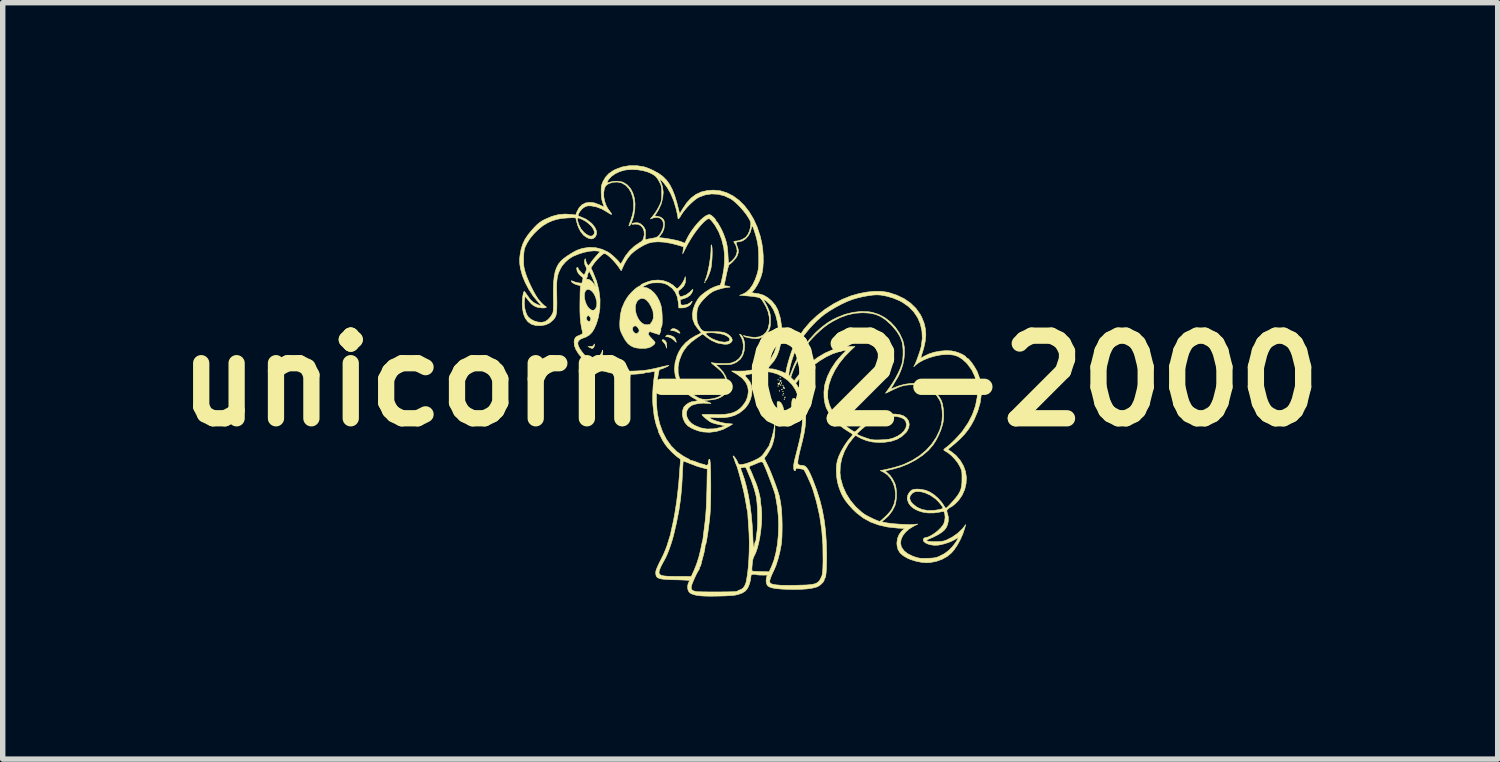
<source format=kicad_pcb>
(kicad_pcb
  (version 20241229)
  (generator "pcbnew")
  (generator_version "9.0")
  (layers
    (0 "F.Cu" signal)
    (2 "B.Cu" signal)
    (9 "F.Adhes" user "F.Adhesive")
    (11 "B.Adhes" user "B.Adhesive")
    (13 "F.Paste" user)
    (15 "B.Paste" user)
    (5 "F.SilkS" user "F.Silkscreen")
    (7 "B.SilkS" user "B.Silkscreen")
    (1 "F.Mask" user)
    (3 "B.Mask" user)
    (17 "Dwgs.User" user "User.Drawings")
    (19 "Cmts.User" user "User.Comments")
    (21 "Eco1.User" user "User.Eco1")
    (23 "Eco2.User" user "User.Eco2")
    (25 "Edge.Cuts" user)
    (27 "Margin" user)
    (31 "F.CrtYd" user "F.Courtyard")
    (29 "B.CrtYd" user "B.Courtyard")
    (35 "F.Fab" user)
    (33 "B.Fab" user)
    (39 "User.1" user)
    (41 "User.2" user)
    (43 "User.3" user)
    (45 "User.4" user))
  (footprint "unicorn-02-2000"
    (layer "F.Cu")
    (at 10.784 3.974)
    (property "Reference" "unicorn-02-2000" (at 0 0 0) (layer "F.SilkS") (effects (font (size 1.524 1.524) (thickness 0.3))))
    (attr through_hole)
    (fp_poly (pts (xy 0.521 -0.019) (xy 0.514 -0.013) (xy 0.508 -0.019) (xy 0.514 -0.025) (xy 0.521 -0.019)) (stroke (width 0.01) (type solid)) (fill yes) (layer "F.SilkS"))
    (fp_poly (pts (xy 0.521 0.095) (xy 0.514 0.102) (xy 0.508 0.095) (xy 0.514 0.089) (xy 0.521 0.095)) (stroke (width 0.01) (type solid)) (fill yes) (layer "F.SilkS"))
    (fp_poly (pts (xy 0.546 0.184) (xy 0.54 0.191) (xy 0.533 0.184) (xy 0.54 0.178) (xy 0.546 0.184)) (stroke (width 0.01) (type solid)) (fill yes) (layer "F.SilkS"))
    (fp_poly (pts (xy 0.559 -0.057) (xy 0.552 -0.051) (xy 0.546 -0.057) (xy 0.552 -0.064) (xy 0.559 -0.057)) (stroke (width 0.01) (type solid)) (fill yes) (layer "F.SilkS"))
    (fp_poly (pts (xy 0.61 0.083) (xy 0.603 0.089) (xy 0.597 0.083) (xy 0.603 0.076) (xy 0.61 0.083)) (stroke (width 0.01) (type solid)) (fill yes) (layer "F.SilkS"))
    (fp_poly (pts (xy 0.61 0.197) (xy 0.603 0.203) (xy 0.597 0.197) (xy 0.603 0.191) (xy 0.61 0.197)) (stroke (width 0.01) (type solid)) (fill yes) (layer "F.SilkS"))
    (fp_poly (pts (xy 0.61 0.26) (xy 0.603 0.267) (xy 0.597 0.26) (xy 0.603 0.254) (xy 0.61 0.26)) (stroke (width 0.01) (type solid)) (fill yes) (layer "F.SilkS"))
    (fp_poly (pts (xy 0.622 0.235) (xy 0.616 0.241) (xy 0.61 0.235) (xy 0.616 0.229) (xy 0.622 0.235)) (stroke (width 0.01) (type solid)) (fill yes) (layer "F.SilkS"))
    (fp_poly (pts (xy 0.635 0.337) (xy 0.629 0.343) (xy 0.622 0.337) (xy 0.629 0.33) (xy 0.635 0.337)) (stroke (width 0.01) (type solid)) (fill yes) (layer "F.SilkS"))
    (fp_poly (pts (xy -0.83 -1.825) (xy -0.831 -1.817) (xy -0.838 -1.816) (xy -0.849 -1.821) (xy -0.847 -1.825) (xy -0.832 -1.826) (xy -0.83 -1.825)) (stroke (width 0.01) (type solid)) (fill yes) (layer "F.SilkS"))
    (fp_poly (pts (xy 0.567 0.068) (xy 0.569 0.083) (xy 0.567 0.085) (xy 0.56 0.083) (xy 0.559 0.076) (xy 0.563 0.066) (xy 0.567 0.068)) (stroke (width 0.01) (type solid)) (fill yes) (layer "F.SilkS"))
    (fp_poly (pts (xy 0.58 0.03) (xy 0.581 0.045) (xy 0.58 0.047) (xy 0.572 0.045) (xy 0.572 0.038) (xy 0.576 0.028) (xy 0.58 0.03)) (stroke (width 0.01) (type solid)) (fill yes) (layer "F.SilkS"))
    (fp_poly (pts (xy 0.593 0.157) (xy 0.591 0.164) (xy 0.584 0.165) (xy 0.574 0.16) (xy 0.576 0.157) (xy 0.591 0.155) (xy 0.593 0.157)) (stroke (width 0.01) (type solid)) (fill yes) (layer "F.SilkS"))
    (fp_poly (pts (xy 0.643 0.296) (xy 0.645 0.311) (xy 0.643 0.313) (xy 0.636 0.312) (xy 0.635 0.305) (xy 0.64 0.294) (xy 0.643 0.296)) (stroke (width 0.01) (type solid)) (fill yes) (layer "F.SilkS"))
    (fp_poly (pts (xy 0.622 0.112) (xy 0.628 0.123) (xy 0.633 0.144) (xy 0.624 0.143) (xy 0.613 0.133) (xy 0.605 0.115) (xy 0.608 0.109) (xy 0.622 0.112)) (stroke (width 0.01) (type solid)) (fill yes) (layer "F.SilkS"))
    (fp_poly (pts (xy 0.571 -0.003) (xy 0.572 0) (xy 0.562 0.012) (xy 0.559 0.013) (xy 0.546 0.003) (xy 0.546 0) (xy 0.556 -0.012) (xy 0.559 -0.013) (xy 0.571 -0.003)) (stroke (width 0.01) (type solid)) (fill yes) (layer "F.SilkS"))
    (fp_poly (pts (xy 0.545 0.036) (xy 0.545 0.041) (xy 0.54 0.063) (xy 0.526 0.071) (xy 0.514 0.063) (xy 0.511 0.045) (xy 0.513 0.041) (xy 0.52 0.044) (xy 0.522 0.052) (xy 0.526 0.057) (xy 0.533 0.044) (xy 0.542 0.028) (xy 0.545 0.036)) (stroke (width 0.01) (type solid)) (fill yes) (layer "F.SilkS"))
    (fp_poly (pts (xy -1.589 -0.756) (xy -1.561 -0.735) (xy -1.543 -0.697) (xy -1.539 -0.649) (xy -1.539 -0.647) (xy -1.544 -0.603) (xy -1.554 -0.644) (xy -1.571 -0.68) (xy -1.598 -0.714) (xy -1.601 -0.716) (xy -1.623 -0.741) (xy -1.624 -0.756) (xy -1.605 -0.76) (xy -1.589 -0.756)) (stroke (width 0.01) (type solid)) (fill yes) (layer "F.SilkS"))
    (fp_poly (pts (xy -2.871 -0.676) (xy -2.871 -0.669) (xy -2.876 -0.638) (xy -2.891 -0.611) (xy -2.91 -0.597) (xy -2.912 -0.597) (xy -2.934 -0.604) (xy -2.959 -0.616) (xy -2.991 -0.634) (xy -2.943 -0.635) (xy -2.908 -0.639) (xy -2.889 -0.653) (xy -2.883 -0.664) (xy -2.875 -0.681) (xy -2.871 -0.676)) (stroke (width 0.01) (type solid)) (fill yes) (layer "F.SilkS"))
    (fp_poly (pts (xy -1.393 -0.962) (xy -1.351 -0.944) (xy -1.334 -0.932) (xy -1.303 -0.902) (xy -1.293 -0.884) (xy -1.303 -0.879) (xy -1.332 -0.89) (xy -1.353 -0.903) (xy -1.392 -0.92) (xy -1.433 -0.927) (xy -1.461 -0.929) (xy -1.467 -0.935) (xy -1.46 -0.946) (xy -1.432 -0.963) (xy -1.393 -0.962)) (stroke (width 0.01) (type solid)) (fill yes) (layer "F.SilkS"))
    (fp_poly (pts (xy -1.478 -0.839) (xy -1.425 -0.819) (xy -1.392 -0.792) (xy -1.373 -0.753) (xy -1.372 -0.751) (xy -1.365 -0.724) (xy -1.364 -0.711) (xy -1.364 -0.711) (xy -1.374 -0.719) (xy -1.394 -0.74) (xy -1.398 -0.744) (xy -1.45 -0.787) (xy -1.505 -0.81) (xy -1.532 -0.813) (xy -1.556 -0.814) (xy -1.558 -0.822) (xy -1.548 -0.833) (xy -1.53 -0.845) (xy -1.505 -0.845) (xy -1.478 -0.839)) (stroke (width 0.01) (type solid)) (fill yes) (layer "F.SilkS"))
    (fp_poly (pts (xy -0.713 -2.502) (xy -0.709 -2.489) (xy -0.703 -2.452) (xy -0.701 -2.397) (xy -0.701 -2.329) (xy -0.704 -2.256) (xy -0.71 -2.183) (xy -0.717 -2.117) (xy -0.726 -2.065) (xy -0.729 -2.053) (xy -0.745 -2.005) (xy -0.764 -1.954) (xy -0.785 -1.907) (xy -0.805 -1.869) (xy -0.821 -1.846) (xy -0.828 -1.841) (xy -0.832 -1.851) (xy -0.828 -1.864) (xy -0.809 -1.91) (xy -0.79 -1.977) (xy -0.771 -2.057) (xy -0.754 -2.144) (xy -0.74 -2.234) (xy -0.729 -2.32) (xy -0.723 -2.396) (xy -0.723 -2.419) (xy -0.722 -2.472) (xy -0.72 -2.501) (xy -0.717 -2.51) (xy -0.713 -2.502)) (stroke (width 0.01) (type solid)) (fill yes) (layer "F.SilkS"))
    (fp_poly (pts (xy 0.543 0.386) (xy 0.564 0.402) (xy 0.585 0.435) (xy 0.599 0.464) (xy 0.617 0.521) (xy 0.628 0.589) (xy 0.63 0.632) (xy 0.633 0.682) (xy 0.636 0.722) (xy 0.64 0.745) (xy 0.641 0.748) (xy 0.643 0.771) (xy 0.63 0.795) (xy 0.617 0.804) (xy 0.607 0.8) (xy 0.607 0.775) (xy 0.607 0.773) (xy 0.606 0.739) (xy 0.585 0.716) (xy 0.585 0.715) (xy 0.554 0.68) (xy 0.528 0.626) (xy 0.509 0.556) (xy 0.499 0.479) (xy 0.496 0.43) (xy 0.496 0.4) (xy 0.5 0.386) (xy 0.51 0.381) (xy 0.516 0.381) (xy 0.543 0.386)) (stroke (width 0.01) (type solid)) (fill yes) (layer "F.SilkS"))
    (fp_poly (pts (xy 0.831 0.333) (xy 0.853 0.367) (xy 0.859 0.382) (xy 0.869 0.425) (xy 0.874 0.481) (xy 0.874 0.539) (xy 0.87 0.591) (xy 0.86 0.629) (xy 0.857 0.635) (xy 0.845 0.67) (xy 0.839 0.711) (xy 0.839 0.714) (xy 0.836 0.747) (xy 0.828 0.759) (xy 0.809 0.756) (xy 0.806 0.754) (xy 0.797 0.739) (xy 0.797 0.712) (xy 0.796 0.678) (xy 0.788 0.634) (xy 0.781 0.61) (xy 0.771 0.565) (xy 0.765 0.509) (xy 0.763 0.451) (xy 0.766 0.397) (xy 0.773 0.354) (xy 0.784 0.328) (xy 0.785 0.328) (xy 0.807 0.319) (xy 0.831 0.333)) (stroke (width 0.01) (type solid)) (fill yes) (layer "F.SilkS"))
    (fp_poly (pts (xy -1.192 -1.875) (xy -1.196 -1.812) (xy -1.223 -1.752) (xy -1.269 -1.702) (xy -1.281 -1.693) (xy -1.31 -1.671) (xy -1.323 -1.652) (xy -1.323 -1.628) (xy -1.312 -1.591) (xy -1.307 -1.578) (xy -1.294 -1.557) (xy -1.272 -1.555) (xy -1.261 -1.557) (xy -1.179 -1.588) (xy -1.111 -1.639) (xy -1.099 -1.652) (xy -1.071 -1.681) (xy -1.057 -1.688) (xy -1.057 -1.674) (xy -1.07 -1.638) (xy -1.072 -1.634) (xy -1.107 -1.581) (xy -1.163 -1.541) (xy -1.225 -1.517) (xy -1.29 -1.498) (xy -1.285 -1.448) (xy -1.28 -1.415) (xy -1.27 -1.401) (xy -1.247 -1.397) (xy -1.238 -1.397) (xy -1.167 -1.408) (xy -1.107 -1.441) (xy -1.095 -1.452) (xy -1.075 -1.469) (xy -1.07 -1.469) (xy -1.074 -1.454) (xy -1.105 -1.404) (xy -1.154 -1.369) (xy -1.219 -1.349) (xy -1.261 -1.346) (xy -1.317 -1.346) (xy -1.325 -1.442) (xy -1.344 -1.548) (xy -1.382 -1.637) (xy -1.439 -1.709) (xy -1.516 -1.766) (xy -1.549 -1.783) (xy -1.587 -1.797) (xy -1.629 -1.806) (xy -1.684 -1.809) (xy -1.721 -1.809) (xy -1.78 -1.808) (xy -1.823 -1.804) (xy -1.86 -1.794) (xy -1.9 -1.778) (xy -1.918 -1.769) (xy -1.959 -1.749) (xy -1.978 -1.736) (xy -1.98 -1.73) (xy -1.965 -1.728) (xy -1.897 -1.714) (xy -1.831 -1.677) (xy -1.769 -1.621) (xy -1.715 -1.549) (xy -1.671 -1.464) (xy -1.644 -1.384) (xy -1.635 -1.337) (xy -1.628 -1.279) (xy -1.624 -1.215) (xy -1.622 -1.15) (xy -1.622 -1.09) (xy -1.625 -1.039) (xy -1.631 -1.004) (xy -1.639 -0.99) (xy -1.649 -0.972) (xy -1.647 -0.96) (xy -1.647 -0.936) (xy -1.655 -0.902) (xy -1.658 -0.897) (xy -1.676 -0.853) (xy -1.755 -0.878) (xy -1.796 -0.891) (xy -1.827 -0.902) (xy -1.84 -0.908) (xy -1.853 -0.908) (xy -1.869 -0.892) (xy -1.879 -0.871) (xy -1.88 -0.865) (xy -1.871 -0.846) (xy -1.848 -0.816) (xy -1.817 -0.782) (xy -1.816 -0.781) (xy -1.784 -0.748) (xy -1.762 -0.721) (xy -1.753 -0.705) (xy -1.753 -0.705) (xy -1.763 -0.682) (xy -1.79 -0.656) (xy -1.827 -0.631) (xy -1.866 -0.613) (xy -1.873 -0.611) (xy -1.943 -0.599) (xy -2.022 -0.599) (xy -2.098 -0.608) (xy -2.152 -0.622) (xy -2.208 -0.651) (xy -2.256 -0.69) (xy -2.3 -0.745) (xy -2.343 -0.82) (xy -2.351 -0.837) (xy -2.376 -0.887) (xy -2.391 -0.924) (xy -2.398 -0.948) (xy -2.171 -0.948) (xy -2.159 -0.913) (xy -2.138 -0.89) (xy -2.113 -0.873) (xy -2.094 -0.872) (xy -2.078 -0.881) (xy -2.055 -0.904) (xy -2.047 -0.923) (xy -2.053 -0.951) (xy -2.072 -0.983) (xy -2.097 -1.007) (xy -2.119 -1.016) (xy -2.15 -1.006) (xy -2.168 -0.981) (xy -2.171 -0.948) (xy -2.398 -0.948) (xy -2.4 -0.957) (xy -2.404 -0.994) (xy -2.405 -1.044) (xy -2.405 -1.079) (xy -2.395 -1.217) (xy -2.366 -1.341) (xy -2.354 -1.367) (xy -2.118 -1.367) (xy -2.116 -1.295) (xy -2.1 -1.225) (xy -2.072 -1.16) (xy -2.036 -1.105) (xy -1.993 -1.063) (xy -1.946 -1.038) (xy -1.899 -1.035) (xy -1.899 -1.035) (xy -1.866 -1.04) (xy -1.845 -1.044) (xy -1.835 -1.051) (xy -1.836 -1.055) (xy -1.832 -1.069) (xy -1.822 -1.08) (xy -1.806 -1.101) (xy -1.803 -1.113) (xy -1.798 -1.129) (xy -1.794 -1.13) (xy -1.789 -1.142) (xy -1.787 -1.17) (xy -1.787 -1.209) (xy -1.789 -1.25) (xy -1.793 -1.285) (xy -1.798 -1.302) (xy -1.833 -1.383) (xy -1.874 -1.449) (xy -1.918 -1.495) (xy -1.962 -1.519) (xy -1.963 -1.519) (xy -2.014 -1.52) (xy -2.058 -1.499) (xy -2.092 -1.459) (xy -2.113 -1.402) (xy -2.118 -1.367) (xy -2.354 -1.367) (xy -2.316 -1.457) (xy -2.268 -1.537) (xy -2.232 -1.584) (xy -2.187 -1.634) (xy -2.14 -1.68) (xy -2.095 -1.717) (xy -2.06 -1.739) (xy -2.058 -1.74) (xy -2.031 -1.753) (xy -2.019 -1.764) (xy -2.019 -1.765) (xy -2.008 -1.777) (xy -1.978 -1.793) (xy -1.935 -1.811) (xy -1.886 -1.829) (xy -1.835 -1.844) (xy -1.79 -1.854) (xy -1.694 -1.86) (xy -1.598 -1.847) (xy -1.508 -1.816) (xy -1.43 -1.77) (xy -1.395 -1.738) (xy -1.37 -1.715) (xy -1.352 -1.702) (xy -1.349 -1.702) (xy -1.33 -1.712) (xy -1.303 -1.738) (xy -1.273 -1.774) (xy -1.245 -1.814) (xy -1.224 -1.852) (xy -1.22 -1.86) (xy -1.197 -1.922) (xy -1.192 -1.875)) (stroke (width 0.01) (type solid)) (fill yes) (layer "F.SilkS"))
    (fp_poly (pts (xy -1.956 -3.948) (xy -1.92 -3.936) (xy -1.869 -3.917) (xy -1.812 -3.892) (xy -1.779 -3.876) (xy -1.688 -3.826) (xy -1.61 -3.769) (xy -1.543 -3.702) (xy -1.486 -3.623) (xy -1.437 -3.529) (xy -1.392 -3.416) (xy -1.351 -3.281) (xy -1.335 -3.217) (xy -1.3 -3.08) (xy -1.244 -3.174) (xy -1.168 -3.287) (xy -1.086 -3.375) (xy -0.997 -3.441) (xy -0.897 -3.486) (xy -0.785 -3.511) (xy -0.676 -3.518) (xy -0.551 -3.506) (xy -0.431 -3.469) (xy -0.316 -3.411) (xy -0.208 -3.332) (xy -0.108 -3.233) (xy -0.018 -3.117) (xy 0.062 -2.984) (xy 0.129 -2.836) (xy 0.183 -2.674) (xy 0.215 -2.536) (xy 0.231 -2.427) (xy 0.24 -2.31) (xy 0.241 -2.193) (xy 0.234 -2.084) (xy 0.222 -2.004) (xy 0.2 -1.925) (xy 0.168 -1.842) (xy 0.128 -1.764) (xy 0.086 -1.699) (xy 0.068 -1.676) (xy 0.024 -1.627) (xy 0.069 -1.62) (xy 0.115 -1.613) (xy 0.161 -1.606) (xy 0.244 -1.581) (xy 0.324 -1.535) (xy 0.398 -1.472) (xy 0.461 -1.396) (xy 0.508 -1.312) (xy 0.513 -1.298) (xy 0.555 -1.16) (xy 0.578 -1.012) (xy 0.583 -0.861) (xy 0.569 -0.714) (xy 0.536 -0.578) (xy 0.534 -0.571) (xy 0.504 -0.488) (xy 0.472 -0.422) (xy 0.435 -0.364) (xy 0.386 -0.305) (xy 0.377 -0.296) (xy 0.349 -0.263) (xy 0.337 -0.243) (xy 0.34 -0.231) (xy 0.344 -0.228) (xy 0.37 -0.221) (xy 0.381 -0.222) (xy 0.404 -0.222) (xy 0.444 -0.215) (xy 0.492 -0.202) (xy 0.542 -0.186) (xy 0.586 -0.17) (xy 0.607 -0.16) (xy 0.634 -0.147) (xy 0.651 -0.14) (xy 0.652 -0.14) (xy 0.656 -0.151) (xy 0.662 -0.179) (xy 0.664 -0.194) (xy 0.673 -0.237) (xy 0.688 -0.298) (xy 0.707 -0.368) (xy 0.729 -0.44) (xy 0.751 -0.508) (xy 0.771 -0.565) (xy 0.774 -0.572) (xy 0.816 -0.664) (xy 0.87 -0.765) (xy 0.931 -0.864) (xy 0.991 -0.951) (xy 1.102 -1.081) (xy 1.234 -1.205) (xy 1.38 -1.32) (xy 1.538 -1.421) (xy 1.7 -1.505) (xy 1.858 -1.568) (xy 2.005 -1.61) (xy 2.151 -1.638) (xy 2.29 -1.652) (xy 2.419 -1.651) (xy 2.533 -1.635) (xy 2.546 -1.632) (xy 2.7 -1.582) (xy 2.837 -1.517) (xy 2.956 -1.435) (xy 3.055 -1.339) (xy 3.134 -1.229) (xy 3.162 -1.176) (xy 3.206 -1.067) (xy 3.231 -0.96) (xy 3.239 -0.85) (xy 3.228 -0.733) (xy 3.2 -0.605) (xy 3.177 -0.53) (xy 3.162 -0.482) (xy 3.151 -0.444) (xy 3.145 -0.422) (xy 3.145 -0.419) (xy 3.157 -0.425) (xy 3.184 -0.441) (xy 3.21 -0.456) (xy 3.295 -0.497) (xy 3.394 -0.529) (xy 3.501 -0.549) (xy 3.607 -0.558) (xy 3.707 -0.554) (xy 3.779 -0.54) (xy 3.84 -0.52) (xy 3.896 -0.496) (xy 3.942 -0.472) (xy 3.972 -0.45) (xy 3.979 -0.439) (xy 3.995 -0.421) (xy 4.003 -0.419) (xy 4.022 -0.408) (xy 4.049 -0.379) (xy 4.082 -0.338) (xy 4.117 -0.289) (xy 4.15 -0.236) (xy 4.179 -0.184) (xy 4.188 -0.166) (xy 4.236 -0.034) (xy 4.26 0.106) (xy 4.262 0.253) (xy 4.24 0.405) (xy 4.195 0.561) (xy 4.128 0.717) (xy 4.076 0.813) (xy 4.019 0.9) (xy 3.954 0.982) (xy 3.876 1.064) (xy 3.782 1.15) (xy 3.683 1.232) (xy 3.644 1.264) (xy 3.702 1.301) (xy 3.793 1.373) (xy 3.871 1.463) (xy 3.932 1.566) (xy 3.97 1.67) (xy 3.987 1.779) (xy 3.981 1.892) (xy 3.955 2.003) (xy 3.908 2.108) (xy 3.844 2.201) (xy 3.792 2.255) (xy 3.755 2.287) (xy 3.724 2.311) (xy 3.705 2.324) (xy 3.702 2.324) (xy 3.685 2.332) (xy 3.659 2.352) (xy 3.654 2.356) (xy 3.633 2.376) (xy 3.625 2.392) (xy 3.628 2.416) (xy 3.638 2.445) (xy 3.654 2.512) (xy 3.655 2.577) (xy 3.639 2.65) (xy 3.617 2.701) (xy 3.583 2.748) (xy 3.534 2.791) (xy 3.467 2.834) (xy 3.381 2.878) (xy 3.284 2.92) (xy 3.258 2.935) (xy 3.256 2.947) (xy 3.277 2.956) (xy 3.321 2.962) (xy 3.388 2.965) (xy 3.414 2.965) (xy 3.483 2.963) (xy 3.535 2.959) (xy 3.576 2.95) (xy 3.614 2.937) (xy 3.617 2.936) (xy 3.725 2.881) (xy 3.825 2.811) (xy 3.91 2.731) (xy 3.946 2.686) (xy 3.974 2.648) (xy 3.957 2.711) (xy 3.923 2.816) (xy 3.876 2.923) (xy 3.821 3.024) (xy 3.761 3.113) (xy 3.71 3.173) (xy 3.632 3.237) (xy 3.537 3.29) (xy 3.43 3.328) (xy 3.319 3.349) (xy 3.251 3.353) (xy 3.157 3.345) (xy 3.054 3.324) (xy 2.955 3.293) (xy 2.9 3.269) (xy 2.82 3.222) (xy 2.762 3.17) (xy 2.726 3.11) (xy 2.708 3.038) (xy 2.705 2.987) (xy 2.716 2.906) (xy 2.747 2.831) (xy 2.795 2.768) (xy 2.809 2.755) (xy 2.848 2.722) (xy 2.713 2.714) (xy 2.531 2.694) (xy 2.366 2.656) (xy 2.217 2.601) (xy 2.083 2.527) (xy 1.962 2.434) (xy 1.894 2.369) (xy 1.821 2.289) (xy 1.764 2.218) (xy 1.719 2.15) (xy 1.682 2.079) (xy 1.649 1.997) (xy 1.632 1.949) (xy 1.608 1.859) (xy 1.593 1.757) (xy 1.588 1.652) (xy 1.592 1.553) (xy 1.606 1.473) (xy 1.636 1.385) (xy 1.682 1.289) (xy 1.739 1.191) (xy 1.802 1.1) (xy 1.857 1.035) (xy 1.879 1.009) (xy 1.891 0.991) (xy 1.892 0.989) (xy 1.882 0.979) (xy 1.88 0.977) (xy 1.968 0.977) (xy 1.978 0.989) (xy 2.007 1.004) (xy 2.058 1.025) (xy 2.132 1.051) (xy 2.146 1.056) (xy 2.195 1.072) (xy 2.235 1.082) (xy 2.274 1.087) (xy 2.32 1.089) (xy 2.38 1.088) (xy 2.407 1.087) (xy 2.489 1.083) (xy 2.553 1.076) (xy 2.606 1.064) (xy 2.635 1.055) (xy 2.721 1.017) (xy 2.79 0.97) (xy 2.841 0.918) (xy 2.872 0.861) (xy 2.882 0.804) (xy 2.869 0.747) (xy 2.866 0.74) (xy 2.833 0.703) (xy 2.78 0.675) (xy 2.711 0.658) (xy 2.629 0.652) (xy 2.539 0.658) (xy 2.489 0.666) (xy 2.434 0.68) (xy 2.371 0.701) (xy 2.305 0.727) (xy 2.243 0.754) (xy 2.192 0.78) (xy 2.158 0.802) (xy 2.155 0.805) (xy 2.139 0.819) (xy 2.109 0.846) (xy 2.071 0.879) (xy 2.054 0.893) (xy 2.016 0.927) (xy 1.987 0.955) (xy 1.97 0.973) (xy 1.968 0.977) (xy 1.88 0.977) (xy 1.856 0.961) (xy 1.825 0.942) (xy 1.716 0.871) (xy 1.615 0.787) (xy 1.526 0.693) (xy 1.454 0.595) (xy 1.403 0.497) (xy 1.402 0.495) (xy 1.377 0.411) (xy 1.362 0.312) (xy 1.36 0.207) (xy 1.369 0.106) (xy 1.378 0.06) (xy 1.424 -0.083) (xy 1.494 -0.224) (xy 1.584 -0.359) (xy 1.69 -0.48) (xy 1.731 -0.521) (xy 1.755 -0.547) (xy 1.762 -0.561) (xy 1.75 -0.564) (xy 1.716 -0.558) (xy 1.661 -0.544) (xy 1.632 -0.537) (xy 1.522 -0.501) (xy 1.404 -0.445) (xy 1.284 -0.373) (xy 1.165 -0.287) (xy 1.052 -0.192) (xy 0.95 -0.09) (xy 0.907 -0.04) (xy 0.839 0.042) (xy 0.862 0.075) (xy 0.895 0.132) (xy 0.928 0.207) (xy 0.96 0.293) (xy 0.986 0.38) (xy 0.995 0.419) (xy 1.014 0.522) (xy 1.024 0.624) (xy 1.024 0.729) (xy 1.014 0.842) (xy 0.994 0.967) (xy 0.963 1.108) (xy 0.939 1.202) (xy 0.913 1.306) (xy 0.895 1.387) (xy 0.883 1.449) (xy 0.878 1.493) (xy 0.879 1.523) (xy 0.886 1.54) (xy 0.891 1.544) (xy 0.908 1.551) (xy 0.938 1.557) (xy 0.979 1.56) (xy 1.01 1.571) (xy 1.041 1.6) (xy 1.074 1.648) (xy 1.109 1.718) (xy 1.146 1.803) (xy 1.221 2) (xy 1.282 2.19) (xy 1.33 2.379) (xy 1.365 2.571) (xy 1.39 2.771) (xy 1.404 2.984) (xy 1.41 3.217) (xy 1.41 3.241) (xy 1.408 3.365) (xy 1.405 3.467) (xy 1.399 3.547) (xy 1.391 3.604) (xy 1.381 3.637) (xy 1.371 3.645) (xy 1.364 3.654) (xy 1.366 3.661) (xy 1.362 3.684) (xy 1.342 3.714) (xy 1.31 3.747) (xy 1.272 3.777) (xy 1.233 3.798) (xy 1.222 3.802) (xy 1.144 3.822) (xy 1.044 3.836) (xy 0.926 3.844) (xy 0.792 3.846) (xy 0.692 3.844) (xy 0.58 3.839) (xy 0.49 3.831) (xy 0.42 3.82) (xy 0.369 3.806) (xy 0.334 3.787) (xy 0.316 3.77) (xy 0.298 3.73) (xy 0.293 3.678) (xy 0.301 3.626) (xy 0.304 3.614) (xy 0.305 3.613) (xy 0.356 3.613) (xy 0.362 3.619) (xy 0.368 3.613) (xy 0.362 3.607) (xy 0.356 3.613) (xy 0.305 3.613) (xy 0.317 3.581) (xy 0.219 3.581) (xy 0.17 3.58) (xy 0.13 3.576) (xy 0.106 3.572) (xy 0.104 3.571) (xy 0.081 3.565) (xy 0.051 3.566) (xy 0.024 3.574) (xy 0.014 3.592) (xy 0.013 3.611) (xy 0.005 3.672) (xy -0.013 3.741) (xy -0.039 3.805) (xy -0.057 3.837) (xy -0.096 3.88) (xy -0.151 3.913) (xy -0.226 3.939) (xy -0.275 3.95) (xy -0.319 3.956) (xy -0.383 3.96) (xy -0.46 3.965) (xy -0.547 3.967) (xy -0.638 3.969) (xy -0.726 3.97) (xy -0.807 3.969) (xy -0.875 3.966) (xy -0.915 3.963) (xy -0.998 3.952) (xy -1.058 3.936) (xy -1.102 3.916) (xy -1.13 3.89) (xy -1.149 3.848) (xy -1.155 3.795) (xy -1.146 3.744) (xy -1.137 3.721) (xy -1.123 3.695) (xy -1.118 3.681) (xy -1.13 3.678) (xy -1.164 3.676) (xy -1.215 3.673) (xy -1.28 3.67) (xy -1.356 3.668) (xy -1.375 3.668) (xy -1.483 3.665) (xy -1.568 3.66) (xy -1.633 3.653) (xy -1.68 3.641) (xy -1.712 3.625) (xy -1.731 3.602) (xy -1.74 3.573) (xy -1.742 3.536) (xy -1.742 3.52) (xy -1.681 3.52) (xy -1.68 3.545) (xy -1.678 3.55) (xy -1.667 3.567) (xy -1.65 3.58) (xy -1.622 3.59) (xy -1.581 3.597) (xy -1.525 3.602) (xy -1.45 3.604) (xy -1.353 3.605) (xy -1.333 3.605) (xy -1.086 3.606) (xy -1.033 3.489) (xy -0.989 3.379) (xy -0.948 3.251) (xy -0.914 3.114) (xy -0.902 3.054) (xy -0.893 3.01) (xy -0.885 2.975) (xy -0.881 2.959) (xy -0.874 2.933) (xy -0.87 2.902) (xy -0.867 2.877) (xy -0.862 2.831) (xy -0.854 2.771) (xy -0.845 2.702) (xy -0.839 2.654) (xy -0.83 2.577) (xy -0.822 2.5) (xy -0.816 2.418) (xy -0.81 2.328) (xy -0.806 2.227) (xy -0.802 2.11) (xy -0.798 1.975) (xy -0.796 1.838) (xy -0.792 1.625) (xy -0.844 1.612) (xy -0.92 1.592) (xy -0.979 1.574) (xy -1.01 1.563) (xy -1.033 1.553) (xy -1.073 1.538) (xy -1.121 1.52) (xy -1.13 1.516) (xy -1.175 1.499) (xy -1.211 1.485) (xy -1.231 1.477) (xy -1.233 1.476) (xy -1.236 1.487) (xy -1.239 1.519) (xy -1.242 1.569) (xy -1.246 1.633) (xy -1.249 1.705) (xy -1.262 1.944) (xy -1.283 2.169) (xy -1.315 2.39) (xy -1.359 2.614) (xy -1.411 2.838) (xy -1.435 2.926) (xy -1.464 3.018) (xy -1.495 3.107) (xy -1.526 3.186) (xy -1.555 3.251) (xy -1.568 3.276) (xy -1.615 3.362) (xy -1.65 3.43) (xy -1.671 3.482) (xy -1.681 3.52) (xy -1.742 3.52) (xy -1.741 3.518) (xy -1.734 3.488) (xy -1.716 3.441) (xy -1.689 3.381) (xy -1.654 3.311) (xy -1.65 3.304) (xy -1.602 3.207) (xy -1.561 3.11) (xy -1.529 3.024) (xy -1.524 3.006) (xy -1.507 2.951) (xy -1.493 2.903) (xy -1.482 2.87) (xy -1.478 2.857) (xy -1.469 2.829) (xy -1.466 2.813) (xy -1.462 2.789) (xy -1.453 2.748) (xy -1.442 2.698) (xy -1.437 2.679) (xy -1.409 2.546) (xy -1.385 2.413) (xy -1.372 2.413) (xy -1.367 2.423) (xy -1.363 2.421) (xy -1.362 2.406) (xy -1.363 2.405) (xy -1.371 2.406) (xy -1.372 2.413) (xy -1.385 2.413) (xy -1.382 2.393) (xy -1.357 2.229) (xy -1.336 2.057) (xy -1.318 1.886) (xy -1.308 1.761) (xy -1.303 1.688) (xy -1.298 1.618) (xy -1.293 1.558) (xy -1.289 1.515) (xy -1.288 1.505) (xy -1.285 1.467) (xy -1.288 1.445) (xy -1.303 1.429) (xy -1.323 1.417) (xy -1.349 1.398) (xy -1.387 1.365) (xy -1.432 1.324) (xy -1.467 1.289) (xy -1.525 1.226) (xy -1.571 1.166) (xy -1.613 1.099) (xy -1.636 1.055) (xy -1.662 1.003) (xy -1.683 0.96) (xy -1.695 0.93) (xy -1.697 0.918) (xy -1.696 0.903) (xy -1.7 0.897) (xy -1.712 0.871) (xy -1.727 0.828) (xy -1.743 0.773) (xy -1.757 0.714) (xy -1.769 0.657) (xy -1.776 0.609) (xy -1.777 0.597) (xy -1.779 0.576) (xy -1.783 0.537) (xy -1.789 0.488) (xy -1.792 0.47) (xy -1.797 0.393) (xy -1.799 0.298) (xy -1.796 0.193) (xy -1.789 0.085) (xy -1.778 -0.019) (xy -1.772 -0.063) (xy -1.765 -0.112) (xy -1.76 -0.15) (xy -1.758 -0.172) (xy -1.759 -0.175) (xy -1.771 -0.174) (xy -1.802 -0.17) (xy -1.833 -0.164) (xy -1.874 -0.158) (xy -1.905 -0.156) (xy -1.917 -0.158) (xy -1.931 -0.156) (xy -1.932 -0.153) (xy -1.947 -0.145) (xy -1.983 -0.138) (xy -2.035 -0.131) (xy -2.099 -0.126) (xy -2.17 -0.122) (xy -2.244 -0.12) (xy -2.317 -0.119) (xy -2.384 -0.121) (xy -2.436 -0.125) (xy -2.586 -0.149) (xy -2.729 -0.191) (xy -2.862 -0.248) (xy -2.98 -0.318) (xy -3.079 -0.4) (xy -3.088 -0.409) (xy -3.161 -0.494) (xy -3.213 -0.576) (xy -3.242 -0.653) (xy -3.245 -0.699) (xy -3.18 -0.699) (xy -3.172 -0.651) (xy -3.143 -0.593) (xy -3.092 -0.522) (xy -3.075 -0.502) (xy -3.027 -0.447) (xy -2.989 -0.41) (xy -2.956 -0.39) (xy -2.925 -0.385) (xy -2.89 -0.39) (xy -2.886 -0.391) (xy -2.839 -0.414) (xy -2.793 -0.449) (xy -2.756 -0.491) (xy -2.734 -0.532) (xy -2.732 -0.54) (xy -2.726 -0.566) (xy -2.721 -0.567) (xy -2.718 -0.544) (xy -2.718 -0.529) (xy -2.723 -0.483) (xy -2.736 -0.439) (xy -2.756 -0.407) (xy -2.786 -0.38) (xy -2.818 -0.364) (xy -2.843 -0.362) (xy -2.847 -0.363) (xy -2.855 -0.365) (xy -2.852 -0.358) (xy -2.853 -0.345) (xy -2.859 -0.343) (xy -2.869 -0.339) (xy -2.858 -0.329) (xy -2.831 -0.314) (xy -2.79 -0.295) (xy -2.74 -0.275) (xy -2.684 -0.254) (xy -2.626 -0.234) (xy -2.569 -0.216) (xy -2.517 -0.203) (xy -2.511 -0.201) (xy -2.463 -0.192) (xy -2.418 -0.185) (xy -2.372 -0.181) (xy -2.316 -0.179) (xy -2.247 -0.18) (xy -2.172 -0.181) (xy -2.089 -0.184) (xy -2.018 -0.188) (xy -1.954 -0.194) (xy -1.89 -0.203) (xy -1.821 -0.216) (xy -1.741 -0.233) (xy -1.645 -0.256) (xy -1.607 -0.265) (xy -1.559 -0.276) (xy -1.522 -0.283) (xy -1.502 -0.285) (xy -1.5 -0.285) (xy -1.507 -0.278) (xy -1.531 -0.264) (xy -1.565 -0.249) (xy -1.602 -0.233) (xy -1.634 -0.221) (xy -1.656 -0.216) (xy -1.657 -0.216) (xy -1.666 -0.214) (xy -1.674 -0.207) (xy -1.681 -0.19) (xy -1.688 -0.159) (xy -1.697 -0.111) (xy -1.708 -0.042) (xy -1.708 -0.038) (xy -1.72 0.062) (xy -1.727 0.177) (xy -1.729 0.3) (xy -1.727 0.42) (xy -1.719 0.532) (xy -1.709 0.616) (xy -1.671 0.786) (xy -1.615 0.942) (xy -1.543 1.081) (xy -1.455 1.202) (xy -1.352 1.305) (xy -1.235 1.387) (xy -1.17 1.422) (xy -1.135 1.44) (xy -1.111 1.456) (xy -1.105 1.463) (xy -1.097 1.469) (xy -1.093 1.468) (xy -1.077 1.469) (xy -1.043 1.478) (xy -1 1.493) (xy -0.986 1.499) (xy -0.939 1.517) (xy -0.897 1.53) (xy -0.871 1.536) (xy -0.867 1.537) (xy -0.84 1.544) (xy -0.829 1.551) (xy -0.81 1.557) (xy -0.788 1.55) (xy -0.775 1.535) (xy -0.774 1.529) (xy -0.774 1.51) (xy -0.769 1.478) (xy -0.768 1.475) (xy -0.76 1.447) (xy -0.749 1.443) (xy -0.747 1.445) (xy -0.742 1.462) (xy -0.738 1.502) (xy -0.734 1.56) (xy -0.731 1.634) (xy -0.729 1.721) (xy -0.728 1.816) (xy -0.727 1.917) (xy -0.727 2.02) (xy -0.728 2.123) (xy -0.73 2.221) (xy -0.732 2.312) (xy -0.736 2.392) (xy -0.74 2.458) (xy -0.741 2.467) (xy -0.749 2.552) (xy -0.76 2.64) (xy -0.771 2.726) (xy -0.782 2.808) (xy -0.794 2.882) (xy -0.804 2.945) (xy -0.814 2.992) (xy -0.822 3.021) (xy -0.827 3.028) (xy -0.833 3.033) (xy -0.832 3.049) (xy -0.833 3.072) (xy -0.84 3.113) (xy -0.851 3.166) (xy -0.866 3.224) (xy -0.882 3.284) (xy -0.896 3.338) (xy -0.906 3.379) (xy -0.911 3.4) (xy -0.921 3.423) (xy -0.929 3.429) (xy -0.936 3.437) (xy -0.933 3.442) (xy -0.935 3.46) (xy -0.948 3.487) (xy -0.951 3.49) (xy -0.971 3.524) (xy -0.997 3.573) (xy -1.024 3.631) (xy -1.05 3.69) (xy -1.071 3.743) (xy -1.081 3.771) (xy -1.089 3.817) (xy -1.078 3.85) (xy -1.047 3.871) (xy -1 3.884) (xy -0.973 3.887) (xy -0.925 3.889) (xy -0.86 3.89) (xy -0.783 3.891) (xy -0.698 3.892) (xy -0.609 3.892) (xy -0.522 3.891) (xy -0.439 3.89) (xy -0.366 3.889) (xy -0.306 3.887) (xy -0.265 3.884) (xy -0.257 3.883) (xy -0.235 3.877) (xy -0.229 3.871) (xy -0.218 3.863) (xy -0.192 3.855) (xy -0.143 3.832) (xy -0.105 3.786) (xy -0.077 3.718) (xy -0.071 3.688) (xy -0.051 3.573) (xy -0.036 3.438) (xy -0.025 3.29) (xy -0.019 3.135) (xy -0.017 2.978) (xy -0.021 2.825) (xy -0.026 2.731) (xy -0.032 2.653) (xy -0.036 2.581) (xy -0.041 2.519) (xy -0.043 2.474) (xy -0.045 2.451) (xy -0.048 2.415) (xy -0.053 2.389) (xy -0.054 2.388) (xy -0.059 2.367) (xy -0.066 2.328) (xy -0.074 2.279) (xy -0.076 2.267) (xy -0.095 2.16) (xy -0.12 2.038) (xy -0.152 1.908) (xy -0.186 1.778) (xy -0.191 1.759) (xy -0.207 1.702) (xy -0.221 1.654) (xy -0.23 1.62) (xy -0.234 1.607) (xy -0.176 1.607) (xy -0.174 1.62) (xy -0.165 1.65) (xy -0.149 1.691) (xy -0.149 1.692) (xy -0.106 1.815) (xy -0.067 1.959) (xy -0.032 2.119) (xy -0.003 2.292) (xy 0.02 2.474) (xy 0.037 2.659) (xy 0.047 2.841) (xy 0.051 2.934) (xy 0.055 3.002) (xy 0.06 3.044) (xy 0.066 3.062) (xy 0.073 3.055) (xy 0.08 3.023) (xy 0.083 3.003) (xy 0.091 2.969) (xy 0.1 2.949) (xy 0.104 2.946) (xy 0.111 2.939) (xy 0.109 2.936) (xy 0.108 2.92) (xy 0.111 2.884) (xy 0.118 2.836) (xy 0.122 2.806) (xy 0.131 2.734) (xy 0.136 2.646) (xy 0.137 2.546) (xy 0.136 2.441) (xy 0.132 2.338) (xy 0.125 2.243) (xy 0.116 2.163) (xy 0.108 2.121) (xy 0.083 2.022) (xy 0.051 1.92) (xy 0.017 1.824) (xy -0.005 1.773) (xy -0.027 1.721) (xy -0.05 1.667) (xy -0.058 1.647) (xy -0.073 1.612) (xy -0.077 1.607) (xy -0.019 1.607) (xy -0.015 1.613) (xy -0.006 1.624) (xy 0.01 1.653) (xy 0.027 1.695) (xy 0.032 1.705) (xy 0.055 1.763) (xy 0.081 1.825) (xy 0.102 1.873) (xy 0.119 1.918) (xy 0.138 1.976) (xy 0.157 2.04) (xy 0.172 2.103) (xy 0.184 2.158) (xy 0.189 2.198) (xy 0.189 2.203) (xy 0.191 2.228) (xy 0.195 2.269) (xy 0.202 2.319) (xy 0.204 2.33) (xy 0.212 2.423) (xy 0.213 2.53) (xy 0.207 2.645) (xy 0.195 2.763) (xy 0.178 2.88) (xy 0.156 2.99) (xy 0.13 3.089) (xy 0.101 3.172) (xy 0.076 3.222) (xy 0.057 3.265) (xy 0.045 3.309) (xy 0.045 3.312) (xy 0.036 3.394) (xy 0.031 3.454) (xy 0.032 3.493) (xy 0.038 3.507) (xy 0.055 3.509) (xy 0.092 3.512) (xy 0.143 3.514) (xy 0.2 3.516) (xy 0.349 3.52) (xy 0.371 3.473) (xy 0.381 3.473) (xy 0.387 3.48) (xy 0.394 3.473) (xy 0.387 3.467) (xy 0.381 3.473) (xy 0.371 3.473) (xy 0.39 3.433) (xy 0.437 3.31) (xy 0.474 3.168) (xy 0.502 3.012) (xy 0.518 2.845) (xy 0.524 2.673) (xy 0.519 2.5) (xy 0.502 2.331) (xy 0.488 2.248) (xy 0.479 2.194) (xy 0.47 2.148) (xy 0.465 2.117) (xy 0.464 2.108) (xy 0.457 2.083) (xy 0.443 2.038) (xy 0.422 1.979) (xy 0.412 1.949) (xy 0.457 1.949) (xy 0.464 1.956) (xy 0.47 1.949) (xy 0.464 1.943) (xy 0.457 1.949) (xy 0.412 1.949) (xy 0.398 1.911) (xy 0.432 1.911) (xy 0.438 1.918) (xy 0.445 1.911) (xy 0.438 1.905) (xy 0.432 1.911) (xy 0.398 1.911) (xy 0.398 1.911) (xy 0.371 1.838) (xy 0.343 1.764) (xy 0.316 1.694) (xy 0.292 1.634) (xy 0.272 1.587) (xy 0.26 1.561) (xy 0.249 1.536) (xy 0.249 1.524) (xy 0.25 1.524) (xy 0.248 1.518) (xy 0.232 1.505) (xy 0.219 1.496) (xy 0.205 1.492) (xy 0.187 1.495) (xy 0.159 1.504) (xy 0.116 1.523) (xy 0.08 1.538) (xy 0.045 1.553) (xy 0.019 1.561) (xy 0.013 1.562) (xy -0.002 1.572) (xy -0.013 1.587) (xy -0.019 1.607) (xy -0.077 1.607) (xy -0.086 1.595) (xy -0.104 1.591) (xy -0.127 1.594) (xy -0.158 1.601) (xy -0.175 1.607) (xy -0.176 1.607) (xy -0.234 1.607) (xy -0.234 1.607) (xy -0.24 1.588) (xy -0.243 1.581) (xy -0.165 1.581) (xy -0.159 1.587) (xy -0.152 1.581) (xy -0.159 1.575) (xy -0.165 1.581) (xy -0.243 1.581) (xy -0.253 1.556) (xy -0.258 1.544) (xy -0.274 1.504) (xy -0.286 1.468) (xy -0.288 1.461) (xy -0.298 1.43) (xy -0.308 1.413) (xy -0.316 1.391) (xy -0.315 1.383) (xy -0.307 1.385) (xy -0.29 1.403) (xy -0.27 1.43) (xy -0.25 1.461) (xy -0.235 1.489) (xy -0.229 1.508) (xy -0.229 1.508) (xy -0.22 1.526) (xy -0.209 1.537) (xy -0.184 1.544) (xy -0.14 1.54) (xy -0.083 1.527) (xy -0.017 1.505) (xy 0.053 1.477) (xy 0.102 1.454) (xy 0.154 1.427) (xy 0.191 1.403) (xy 0.22 1.377) (xy 0.248 1.343) (xy 0.273 1.306) (xy 0.302 1.264) (xy 0.326 1.23) (xy 0.34 1.21) (xy 0.343 1.206) (xy 0.352 1.189) (xy 0.352 1.187) (xy 0.357 1.17) (xy 0.369 1.136) (xy 0.384 1.091) (xy 0.386 1.086) (xy 0.405 1.026) (xy 0.423 0.957) (xy 0.436 0.895) (xy 0.454 0.794) (xy 0.456 0.902) (xy 0.45 1.003) (xy 0.431 1.104) (xy 0.402 1.195) (xy 0.38 1.241) (xy 0.336 1.317) (xy 0.302 1.371) (xy 0.277 1.402) (xy 0.268 1.414) (xy 0.265 1.427) (xy 0.269 1.447) (xy 0.283 1.479) (xy 0.307 1.526) (xy 0.313 1.539) (xy 0.347 1.609) (xy 0.382 1.691) (xy 0.421 1.79) (xy 0.465 1.906) (xy 0.503 2.013) (xy 0.535 2.118) (xy 0.559 2.233) (xy 0.576 2.361) (xy 0.585 2.506) (xy 0.589 2.654) (xy 0.588 2.765) (xy 0.586 2.863) (xy 0.581 2.945) (xy 0.575 3.007) (xy 0.573 3.016) (xy 0.547 3.155) (xy 0.514 3.283) (xy 0.478 3.397) (xy 0.438 3.491) (xy 0.437 3.493) (xy 0.399 3.573) (xy 0.374 3.635) (xy 0.361 3.68) (xy 0.361 3.711) (xy 0.37 3.728) (xy 0.393 3.743) (xy 0.431 3.754) (xy 0.487 3.762) (xy 0.561 3.768) (xy 0.656 3.77) (xy 0.773 3.77) (xy 0.831 3.769) (xy 0.946 3.766) (xy 1.038 3.763) (xy 1.11 3.757) (xy 1.166 3.748) (xy 1.209 3.736) (xy 1.241 3.718) (xy 1.267 3.695) (xy 1.288 3.665) (xy 1.307 3.628) (xy 1.311 3.619) (xy 1.321 3.597) (xy 1.328 3.572) (xy 1.333 3.541) (xy 1.337 3.499) (xy 1.34 3.443) (xy 1.342 3.367) (xy 1.343 3.321) (xy 1.34 3.026) (xy 1.319 2.746) (xy 1.28 2.484) (xy 1.224 2.239) (xy 1.213 2.197) (xy 1.195 2.137) (xy 1.18 2.085) (xy 1.169 2.046) (xy 1.163 2.027) (xy 1.163 2.026) (xy 1.151 1.99) (xy 1.133 1.94) (xy 1.109 1.883) (xy 1.082 1.822) (xy 1.065 1.784) (xy 1.079 1.784) (xy 1.086 1.791) (xy 1.092 1.784) (xy 1.086 1.778) (xy 1.079 1.784) (xy 1.065 1.784) (xy 1.055 1.763) (xy 1.03 1.71) (xy 1.008 1.668) (xy 0.992 1.642) (xy 0.987 1.636) (xy 0.961 1.628) (xy 0.922 1.62) (xy 0.901 1.617) (xy 0.864 1.613) (xy 0.845 1.616) (xy 0.839 1.626) (xy 0.838 1.636) (xy 0.833 1.656) (xy 0.819 1.656) (xy 0.806 1.638) (xy 0.801 1.601) (xy 0.802 1.55) (xy 0.812 1.489) (xy 0.82 1.454) (xy 0.858 1.305) (xy 0.89 1.178) (xy 0.916 1.069) (xy 0.935 0.975) (xy 0.949 0.893) (xy 0.957 0.82) (xy 0.961 0.754) (xy 0.96 0.69) (xy 0.956 0.625) (xy 0.947 0.558) (xy 0.938 0.502) (xy 0.924 0.432) (xy 0.904 0.354) (xy 0.88 0.277) (xy 0.855 0.209) (xy 0.833 0.16) (xy 0.772 0.069) (xy 0.694 -0.01) (xy 0.616 -0.066) (xy 0.748 -0.066) (xy 0.78 -0.034) (xy 0.811 -0.003) (xy 0.882 -0.095) (xy 0.991 -0.221) (xy 1.112 -0.334) (xy 1.243 -0.432) (xy 1.379 -0.513) (xy 1.519 -0.574) (xy 1.659 -0.615) (xy 1.796 -0.634) (xy 1.835 -0.635) (xy 1.932 -0.635) (xy 1.854 -0.563) (xy 1.74 -0.446) (xy 1.642 -0.324) (xy 1.561 -0.196) (xy 1.498 -0.068) (xy 1.454 0.06) (xy 1.431 0.183) (xy 1.429 0.301) (xy 1.434 0.341) (xy 1.462 0.445) (xy 1.51 0.55) (xy 1.575 0.651) (xy 1.652 0.741) (xy 1.697 0.782) (xy 1.739 0.815) (xy 1.785 0.85) (xy 1.833 0.884) (xy 1.875 0.912) (xy 1.908 0.932) (xy 1.926 0.94) (xy 1.926 0.94) (xy 1.941 0.931) (xy 1.966 0.91) (xy 1.988 0.888) (xy 2.06 0.822) (xy 2.144 0.759) (xy 2.23 0.706) (xy 2.296 0.674) (xy 2.387 0.643) (xy 2.485 0.623) (xy 2.583 0.612) (xy 2.676 0.612) (xy 2.758 0.622) (xy 2.824 0.643) (xy 2.828 0.645) (xy 2.884 0.686) (xy 2.92 0.739) (xy 2.933 0.798) (xy 2.924 0.862) (xy 2.892 0.926) (xy 2.874 0.95) (xy 2.798 1.022) (xy 2.707 1.077) (xy 2.6 1.113) (xy 2.476 1.132) (xy 2.381 1.135) (xy 2.26 1.127) (xy 2.151 1.103) (xy 2.045 1.061) (xy 1.998 1.036) (xy 1.942 1.004) (xy 1.895 1.056) (xy 1.808 1.169) (xy 1.739 1.294) (xy 1.69 1.425) (xy 1.662 1.561) (xy 1.656 1.695) (xy 1.668 1.799) (xy 1.707 1.939) (xy 1.768 2.077) (xy 1.849 2.206) (xy 1.947 2.323) (xy 2.059 2.424) (xy 2.102 2.455) (xy 2.138 2.478) (xy 2.186 2.503) (xy 2.24 2.53) (xy 2.293 2.555) (xy 2.341 2.575) (xy 2.376 2.588) (xy 2.389 2.591) (xy 2.401 2.583) (xy 2.428 2.561) (xy 2.463 2.529) (xy 2.487 2.508) (xy 2.531 2.464) (xy 2.572 2.418) (xy 2.603 2.378) (xy 2.61 2.366) (xy 2.652 2.274) (xy 2.675 2.176) (xy 2.68 2.076) (xy 2.667 1.978) (xy 2.638 1.885) (xy 2.593 1.803) (xy 2.534 1.735) (xy 2.464 1.686) (xy 2.398 1.653) (xy 2.447 1.645) (xy 2.51 1.632) (xy 2.587 1.614) (xy 2.668 1.593) (xy 2.745 1.57) (xy 2.809 1.549) (xy 2.831 1.541) (xy 2.983 1.469) (xy 3.121 1.382) (xy 3.243 1.28) (xy 3.347 1.166) (xy 3.431 1.041) (xy 3.494 0.909) (xy 3.525 0.806) (xy 3.538 0.725) (xy 3.543 0.635) (xy 3.539 0.544) (xy 3.528 0.459) (xy 3.51 0.389) (xy 3.501 0.368) (xy 3.445 0.278) (xy 3.367 0.198) (xy 3.268 0.131) (xy 3.207 0.099) (xy 3.173 0.086) (xy 3.14 0.078) (xy 3.099 0.073) (xy 3.043 0.071) (xy 3.004 0.071) (xy 2.928 0.073) (xy 2.863 0.08) (xy 2.802 0.094) (xy 2.737 0.116) (xy 2.661 0.149) (xy 2.601 0.178) (xy 2.555 0.201) (xy 2.519 0.218) (xy 2.498 0.227) (xy 2.495 0.229) (xy 2.5 0.219) (xy 2.518 0.194) (xy 2.545 0.156) (xy 2.572 0.119) (xy 2.625 0.041) (xy 2.678 -0.047) (xy 2.726 -0.138) (xy 2.766 -0.225) (xy 2.794 -0.302) (xy 2.801 -0.324) (xy 2.813 -0.395) (xy 2.819 -0.48) (xy 2.819 -0.569) (xy 2.812 -0.653) (xy 2.801 -0.717) (xy 2.764 -0.813) (xy 2.706 -0.909) (xy 2.624 -1.008) (xy 2.585 -1.048) (xy 2.494 -1.129) (xy 2.402 -1.189) (xy 2.306 -1.228) (xy 2.199 -1.25) (xy 2.076 -1.257) (xy 2.075 -1.257) (xy 1.933 -1.248) (xy 1.795 -1.218) (xy 1.657 -1.168) (xy 1.516 -1.095) (xy 1.44 -1.048) (xy 1.367 -0.995) (xy 1.287 -0.927) (xy 1.206 -0.851) (xy 1.13 -0.772) (xy 1.082 -0.717) (xy 1.026 -0.64) (xy 0.967 -0.546) (xy 0.908 -0.441) (xy 0.853 -0.333) (xy 0.806 -0.227) (xy 0.77 -0.132) (xy 0.77 -0.131) (xy 0.748 -0.066) (xy 0.616 -0.066) (xy 0.602 -0.076) (xy 0.527 -0.114) (xy 0.712 -0.114) (xy 0.716 -0.092) (xy 0.721 -0.089) (xy 0.731 -0.1) (xy 0.744 -0.127) (xy 0.747 -0.137) (xy 0.813 -0.304) (xy 0.894 -0.467) (xy 0.989 -0.622) (xy 1.093 -0.764) (xy 1.205 -0.888) (xy 1.295 -0.97) (xy 1.364 -1.025) (xy 1.421 -1.067) (xy 1.474 -1.101) (xy 1.53 -1.133) (xy 1.597 -1.166) (xy 1.6 -1.168) (xy 1.747 -1.227) (xy 1.896 -1.264) (xy 2.043 -1.281) (xy 2.185 -1.275) (xy 2.252 -1.264) (xy 2.37 -1.226) (xy 2.483 -1.166) (xy 2.585 -1.087) (xy 2.676 -0.991) (xy 2.751 -0.882) (xy 2.808 -0.761) (xy 2.826 -0.706) (xy 2.842 -0.621) (xy 2.845 -0.521) (xy 2.837 -0.415) (xy 2.817 -0.31) (xy 2.794 -0.235) (xy 2.771 -0.176) (xy 2.746 -0.117) (xy 2.722 -0.069) (xy 2.715 -0.057) (xy 2.688 -0.013) (xy 2.663 0.029) (xy 2.652 0.048) (xy 2.63 0.086) (xy 2.608 0.121) (xy 2.607 0.123) (xy 2.586 0.155) (xy 2.636 0.133) (xy 2.744 0.091) (xy 2.841 0.064) (xy 2.936 0.05) (xy 3.004 0.046) (xy 3.103 0.05) (xy 3.188 0.066) (xy 3.264 0.097) (xy 3.337 0.145) (xy 3.413 0.213) (xy 3.431 0.231) (xy 3.484 0.292) (xy 3.521 0.354) (xy 3.546 0.424) (xy 3.56 0.508) (xy 3.566 0.578) (xy 3.567 0.651) (xy 3.564 0.71) (xy 3.556 0.767) (xy 3.545 0.812) (xy 3.516 0.904) (xy 3.474 1.003) (xy 3.425 1.098) (xy 3.373 1.179) (xy 3.372 1.181) (xy 3.285 1.281) (xy 3.176 1.374) (xy 3.05 1.458) (xy 2.911 1.531) (xy 2.762 1.59) (xy 2.607 1.633) (xy 2.584 1.638) (xy 2.542 1.647) (xy 2.511 1.656) (xy 2.498 1.66) (xy 2.5 1.67) (xy 2.52 1.689) (xy 2.533 1.699) (xy 2.58 1.744) (xy 2.626 1.808) (xy 2.664 1.884) (xy 2.675 1.911) (xy 2.69 1.978) (xy 2.698 2.059) (xy 2.697 2.146) (xy 2.687 2.228) (xy 2.67 2.297) (xy 2.668 2.302) (xy 2.619 2.397) (xy 2.552 2.486) (xy 2.483 2.549) (xy 2.422 2.597) (xy 2.49 2.613) (xy 2.539 2.621) (xy 2.607 2.63) (xy 2.685 2.637) (xy 2.769 2.643) (xy 2.852 2.647) (xy 2.927 2.65) (xy 2.987 2.649) (xy 3.016 2.647) (xy 3.092 2.639) (xy 3.01 2.681) (xy 2.929 2.731) (xy 2.863 2.79) (xy 2.813 2.855) (xy 2.783 2.922) (xy 2.773 2.989) (xy 2.785 3.053) (xy 2.792 3.069) (xy 2.837 3.133) (xy 2.901 3.185) (xy 2.986 3.227) (xy 2.993 3.23) (xy 3.045 3.249) (xy 3.086 3.261) (xy 3.124 3.269) (xy 3.166 3.272) (xy 3.221 3.272) (xy 3.277 3.271) (xy 3.346 3.268) (xy 3.398 3.263) (xy 3.44 3.253) (xy 3.48 3.238) (xy 3.58 3.187) (xy 3.663 3.125) (xy 3.727 3.059) (xy 3.766 3.01) (xy 3.8 2.962) (xy 3.824 2.922) (xy 3.835 2.895) (xy 3.835 2.893) (xy 3.826 2.894) (xy 3.802 2.907) (xy 3.781 2.921) (xy 3.723 2.952) (xy 3.649 2.982) (xy 3.568 3.007) (xy 3.489 3.025) (xy 3.459 3.029) (xy 3.394 3.031) (xy 3.332 3.023) (xy 3.277 3.008) (xy 3.232 2.987) (xy 3.202 2.961) (xy 3.19 2.933) (xy 3.196 2.91) (xy 3.218 2.893) (xy 3.241 2.888) (xy 3.285 2.877) (xy 3.339 2.85) (xy 3.398 2.812) (xy 3.457 2.766) (xy 3.509 2.716) (xy 3.55 2.667) (xy 3.568 2.638) (xy 3.587 2.579) (xy 3.594 2.513) (xy 3.588 2.452) (xy 3.582 2.434) (xy 3.57 2.403) (xy 3.49 2.42) (xy 3.384 2.435) (xy 3.281 2.435) (xy 3.185 2.421) (xy 3.097 2.394) (xy 3.022 2.356) (xy 2.962 2.308) (xy 2.92 2.251) (xy 2.898 2.186) (xy 2.897 2.174) (xy 2.942 2.174) (xy 2.961 2.223) (xy 2.998 2.268) (xy 3.076 2.33) (xy 3.168 2.371) (xy 3.274 2.39) (xy 3.393 2.388) (xy 3.489 2.372) (xy 3.526 2.362) (xy 3.551 2.352) (xy 3.556 2.346) (xy 3.548 2.325) (xy 3.525 2.292) (xy 3.494 2.252) (xy 3.458 2.213) (xy 3.422 2.178) (xy 3.417 2.174) (xy 3.323 2.108) (xy 3.222 2.063) (xy 3.158 2.046) (xy 3.091 2.038) (xy 3.04 2.044) (xy 2.999 2.064) (xy 2.977 2.084) (xy 2.947 2.128) (xy 2.942 2.174) (xy 2.897 2.174) (xy 2.896 2.156) (xy 2.906 2.107) (xy 2.933 2.058) (xy 2.969 2.02) (xy 2.985 2.01) (xy 3.029 1.998) (xy 3.089 1.995) (xy 3.158 2.001) (xy 3.229 2.016) (xy 3.244 2.02) (xy 3.317 2.052) (xy 3.393 2.102) (xy 3.465 2.165) (xy 3.527 2.235) (xy 3.555 2.275) (xy 3.579 2.312) (xy 3.598 2.339) (xy 3.608 2.349) (xy 3.608 2.349) (xy 3.622 2.34) (xy 3.648 2.316) (xy 3.682 2.281) (xy 3.72 2.239) (xy 3.759 2.195) (xy 3.794 2.153) (xy 3.822 2.117) (xy 3.832 2.103) (xy 3.863 2.051) (xy 3.884 2) (xy 3.897 1.944) (xy 3.904 1.875) (xy 3.905 1.797) (xy 3.905 1.734) (xy 3.903 1.689) (xy 3.897 1.654) (xy 3.887 1.623) (xy 3.87 1.586) (xy 3.862 1.57) (xy 3.823 1.504) (xy 3.77 1.438) (xy 3.711 1.377) (xy 3.652 1.328) (xy 3.618 1.307) (xy 3.588 1.289) (xy 3.57 1.274) (xy 3.569 1.27) (xy 3.578 1.257) (xy 3.603 1.236) (xy 3.623 1.221) (xy 3.666 1.187) (xy 3.719 1.138) (xy 3.778 1.08) (xy 3.836 1.018) (xy 3.89 0.957) (xy 3.919 0.921) (xy 4.021 0.771) (xy 4.099 0.618) (xy 4.154 0.462) (xy 4.185 0.304) (xy 4.191 0.192) (xy 4.179 0.051) (xy 4.144 -0.08) (xy 4.087 -0.201) (xy 4.007 -0.31) (xy 3.977 -0.342) (xy 3.906 -0.405) (xy 3.836 -0.449) (xy 3.76 -0.475) (xy 3.671 -0.486) (xy 3.613 -0.487) (xy 3.511 -0.479) (xy 3.405 -0.458) (xy 3.299 -0.427) (xy 3.201 -0.388) (xy 3.116 -0.342) (xy 3.049 -0.292) (xy 3.038 -0.281) (xy 3.02 -0.264) (xy 3.015 -0.262) (xy 3.018 -0.266) (xy 3.034 -0.295) (xy 3.055 -0.342) (xy 3.078 -0.402) (xy 3.102 -0.468) (xy 3.125 -0.534) (xy 3.143 -0.594) (xy 3.155 -0.641) (xy 3.173 -0.784) (xy 3.167 -0.92) (xy 3.138 -1.049) (xy 3.087 -1.168) (xy 3.015 -1.275) (xy 2.923 -1.369) (xy 2.81 -1.448) (xy 2.753 -1.479) (xy 2.638 -1.527) (xy 2.52 -1.562) (xy 2.408 -1.583) (xy 2.334 -1.587) (xy 2.262 -1.583) (xy 2.174 -1.571) (xy 2.079 -1.554) (xy 1.983 -1.531) (xy 1.896 -1.506) (xy 1.889 -1.504) (xy 1.79 -1.466) (xy 1.681 -1.415) (xy 1.571 -1.356) (xy 1.466 -1.293) (xy 1.372 -1.23) (xy 1.314 -1.184) (xy 1.237 -1.116) (xy 1.17 -1.049) (xy 1.105 -0.98) (xy 1.038 -0.899) (xy 0.981 -0.826) (xy 0.954 -0.786) (xy 0.921 -0.73) (xy 0.885 -0.663) (xy 0.851 -0.593) (xy 0.821 -0.527) (xy 0.805 -0.489) (xy 0.78 -0.417) (xy 0.757 -0.344) (xy 0.738 -0.273) (xy 0.724 -0.208) (xy 0.715 -0.154) (xy 0.712 -0.114) (xy 0.527 -0.114) (xy 0.502 -0.126) (xy 0.397 -0.159) (xy 0.291 -0.173) (xy 0.188 -0.165) (xy 0.164 -0.16) (xy 0.104 -0.146) (xy 0.038 -0.133) (xy 0.002 -0.127) (xy -0.042 -0.119) (xy -0.076 -0.111) (xy -0.092 -0.103) (xy -0.091 -0.088) (xy -0.069 -0.061) (xy -0.052 -0.044) (xy -0.006 0.014) (xy 0.022 0.085) (xy 0.033 0.165) (xy 0.028 0.251) (xy 0.006 0.337) (xy -0.031 0.419) (xy -0.084 0.493) (xy -0.12 0.529) (xy -0.198 0.59) (xy -0.282 0.634) (xy -0.375 0.663) (xy -0.481 0.677) (xy -0.605 0.679) (xy -0.64 0.677) (xy -0.694 0.674) (xy -0.727 0.674) (xy -0.741 0.677) (xy -0.742 0.683) (xy -0.737 0.69) (xy -0.71 0.707) (xy -0.664 0.727) (xy -0.607 0.746) (xy -0.543 0.764) (xy -0.479 0.778) (xy -0.421 0.786) (xy -0.419 0.786) (xy -0.324 0.795) (xy -0.387 0.835) (xy -0.5 0.894) (xy -0.623 0.932) (xy -0.751 0.948) (xy -0.871 0.941) (xy -0.948 0.924) (xy -1.025 0.897) (xy -1.095 0.864) (xy -1.15 0.828) (xy -1.159 0.821) (xy -1.205 0.764) (xy -1.236 0.697) (xy -1.251 0.625) (xy -1.249 0.555) (xy -1.228 0.493) (xy -1.22 0.479) (xy -1.183 0.44) (xy -1.134 0.407) (xy -1.083 0.385) (xy -1.053 0.38) (xy -1.015 0.375) (xy -0.991 0.369) (xy -0.975 0.364) (xy -0.974 0.357) (xy -0.99 0.345) (xy -1.026 0.327) (xy -1.033 0.323) (xy -1.078 0.297) (xy -1.131 0.259) (xy -1.182 0.217) (xy -1.194 0.207) (xy -1.282 0.111) (xy -1.345 0.009) (xy -1.383 -0.099) (xy -1.397 -0.213) (xy -1.392 -0.258) (xy -1.33 -0.258) (xy -1.328 -0.146) (xy -1.302 -0.039) (xy -1.252 0.061) (xy -1.18 0.152) (xy -1.086 0.234) (xy -0.97 0.305) (xy -0.934 0.323) (xy -0.882 0.337) (xy -0.815 0.341) (xy -0.739 0.336) (xy -0.664 0.323) (xy -0.596 0.302) (xy -0.545 0.276) (xy -0.489 0.224) (xy -0.453 0.158) (xy -0.439 0.081) (xy -0.446 -0.003) (xy -0.45 -0.023) (xy -0.47 -0.079) (xy -0.498 -0.13) (xy -0.54 -0.18) (xy -0.599 -0.234) (xy -0.654 -0.279) (xy -0.692 -0.309) (xy -0.713 -0.33) (xy -0.717 -0.338) (xy -0.711 -0.338) (xy -0.668 -0.329) (xy -0.608 -0.324) (xy -0.538 -0.321) (xy -0.467 -0.32) (xy -0.403 -0.323) (xy -0.354 -0.329) (xy -0.347 -0.331) (xy -0.272 -0.361) (xy -0.208 -0.409) (xy -0.162 -0.472) (xy -0.146 -0.509) (xy -0.13 -0.584) (xy -0.127 -0.662) (xy -0.138 -0.737) (xy -0.162 -0.799) (xy -0.169 -0.811) (xy -0.187 -0.841) (xy -0.195 -0.86) (xy -0.194 -0.863) (xy -0.168 -0.851) (xy -0.143 -0.819) (xy -0.122 -0.773) (xy -0.107 -0.718) (xy -0.102 -0.66) (xy -0.102 -0.657) (xy -0.111 -0.554) (xy -0.138 -0.469) (xy -0.183 -0.4) (xy -0.248 -0.348) (xy -0.278 -0.332) (xy -0.313 -0.317) (xy -0.345 -0.307) (xy -0.381 -0.302) (xy -0.429 -0.299) (xy -0.491 -0.299) (xy -0.633 -0.298) (xy -0.566 -0.239) (xy -0.499 -0.165) (xy -0.45 -0.081) (xy -0.423 0.008) (xy -0.417 0.067) (xy -0.423 0.147) (xy -0.445 0.209) (xy -0.484 0.259) (xy -0.509 0.279) (xy -0.557 0.308) (xy -0.611 0.33) (xy -0.677 0.344) (xy -0.762 0.354) (xy -0.762 0.354) (xy -0.857 0.363) (xy -0.791 0.386) (xy -0.754 0.399) (xy -0.73 0.41) (xy -0.724 0.415) (xy -0.735 0.417) (xy -0.765 0.416) (xy -0.8 0.413) (xy -0.866 0.41) (xy -0.939 0.416) (xy -1.008 0.428) (xy -1.066 0.446) (xy -1.09 0.458) (xy -1.14 0.501) (xy -1.169 0.553) (xy -1.177 0.611) (xy -1.165 0.67) (xy -1.134 0.728) (xy -1.084 0.781) (xy -1.028 0.819) (xy -0.917 0.865) (xy -0.801 0.887) (xy -0.678 0.884) (xy -0.603 0.871) (xy -0.557 0.86) (xy -0.515 0.848) (xy -0.495 0.841) (xy -0.464 0.828) (xy -0.495 0.822) (xy -0.525 0.815) (xy -0.569 0.807) (xy -0.603 0.8) (xy -0.654 0.787) (xy -0.701 0.772) (xy -0.725 0.761) (xy -0.755 0.743) (xy -0.791 0.716) (xy -0.828 0.686) (xy -0.861 0.657) (xy -0.883 0.633) (xy -0.889 0.622) (xy -0.877 0.619) (xy -0.844 0.618) (xy -0.794 0.617) (xy -0.732 0.618) (xy -0.695 0.619) (xy -0.569 0.621) (xy -0.465 0.616) (xy -0.378 0.603) (xy -0.306 0.582) (xy -0.244 0.551) (xy -0.189 0.51) (xy -0.144 0.465) (xy -0.083 0.38) (xy -0.047 0.291) (xy -0.034 0.195) (xy -0.034 0.184) (xy -0.047 0.1) (xy -0.084 0.023) (xy -0.145 -0.049) (xy -0.231 -0.114) (xy -0.27 -0.138) (xy -0.307 -0.16) (xy -0.333 -0.176) (xy -0.343 -0.183) (xy -0.331 -0.183) (xy -0.3 -0.183) (xy -0.254 -0.181) (xy -0.23 -0.18) (xy -0.092 -0.183) (xy 0.039 -0.203) (xy 0.158 -0.239) (xy 0.249 -0.284) (xy 0.325 -0.345) (xy 0.39 -0.425) (xy 0.443 -0.522) (xy 0.482 -0.633) (xy 0.508 -0.753) (xy 0.518 -0.881) (xy 0.513 -1.011) (xy 0.503 -1.079) (xy 0.472 -1.207) (xy 0.429 -1.313) (xy 0.374 -1.399) (xy 0.305 -1.466) (xy 0.3 -1.47) (xy 0.267 -1.492) (xy 0.25 -1.497) (xy 0.252 -1.484) (xy 0.264 -1.464) (xy 0.281 -1.435) (xy 0.304 -1.392) (xy 0.327 -1.342) (xy 0.331 -1.333) (xy 0.352 -1.284) (xy 0.364 -1.244) (xy 0.371 -1.204) (xy 0.374 -1.152) (xy 0.374 -1.118) (xy 0.373 -1.057) (xy 0.37 -1.014) (xy 0.362 -0.979) (xy 0.349 -0.945) (xy 0.339 -0.924) (xy 0.294 -0.857) (xy 0.235 -0.811) (xy 0.16 -0.785) (xy 0.14 -0.781) (xy 0.1 -0.78) (xy 0.049 -0.784) (xy -0.006 -0.792) (xy -0.057 -0.802) (xy -0.098 -0.815) (xy -0.12 -0.827) (xy -0.125 -0.837) (xy -0.112 -0.835) (xy -0.089 -0.828) (xy -0.05 -0.82) (xy -0.014 -0.812) (xy 0.084 -0.802) (xy 0.168 -0.813) (xy 0.238 -0.844) (xy 0.292 -0.896) (xy 0.33 -0.966) (xy 0.35 -1.055) (xy 0.353 -1.08) (xy 0.351 -1.18) (xy 0.329 -1.277) (xy 0.287 -1.377) (xy 0.233 -1.468) (xy 0.207 -1.505) (xy 0.185 -1.526) (xy 0.158 -1.538) (xy 0.116 -1.547) (xy 0.11 -1.548) (xy 0.059 -1.556) (xy -0.005 -1.563) (xy -0.07 -1.569) (xy -0.083 -1.57) (xy -0.197 -1.579) (xy -0.145 -1.596) (xy -0.075 -1.633) (xy -0.011 -1.692) (xy 0.046 -1.773) (xy 0.094 -1.873) (xy 0.129 -1.975) (xy 0.141 -2.02) (xy 0.149 -2.063) (xy 0.154 -2.11) (xy 0.157 -2.167) (xy 0.157 -2.241) (xy 0.157 -2.267) (xy 0.155 -2.373) (xy 0.148 -2.463) (xy 0.136 -2.547) (xy 0.116 -2.634) (xy 0.087 -2.733) (xy 0.081 -2.753) (xy 0.065 -2.8) (xy 0.051 -2.836) (xy 0.041 -2.856) (xy 0.038 -2.858) (xy 0.03 -2.846) (xy 0.023 -2.819) (xy 0.022 -2.815) (xy 0.000124 -2.74) (xy -0.037 -2.673) (xy -0.086 -2.619) (xy -0.142 -2.582) (xy -0.203 -2.566) (xy -0.215 -2.565) (xy -0.246 -2.562) (xy -0.259 -2.549) (xy -0.255 -2.522) (xy -0.242 -2.487) (xy -0.22 -2.423) (xy -0.22 -2.364) (xy -0.24 -2.305) (xy -0.26 -2.273) (xy -0.291 -2.234) (xy -0.327 -2.195) (xy -0.362 -2.163) (xy -0.388 -2.145) (xy -0.389 -2.145) (xy -0.396 -2.131) (xy -0.406 -2.098) (xy -0.419 -2.048) (xy -0.433 -1.989) (xy -0.436 -1.975) (xy -0.449 -1.911) (xy -0.461 -1.854) (xy -0.471 -1.809) (xy -0.477 -1.783) (xy -0.478 -1.781) (xy -0.48 -1.761) (xy -0.466 -1.753) (xy -0.449 -1.752) (xy -0.412 -1.747) (xy -0.387 -1.74) (xy -0.37 -1.732) (xy -0.377 -1.729) (xy -0.391 -1.728) (xy -0.448 -1.722) (xy -0.517 -1.707) (xy -0.589 -1.687) (xy -0.654 -1.664) (xy -0.689 -1.648) (xy -0.743 -1.612) (xy -0.802 -1.562) (xy -0.861 -1.504) (xy -0.911 -1.445) (xy -0.949 -1.389) (xy -0.957 -1.373) (xy -0.972 -1.335) (xy -0.98 -1.293) (xy -0.984 -1.24) (xy -0.984 -1.2) (xy -0.983 -1.142) (xy -0.979 -1.101) (xy -0.971 -1.068) (xy -0.956 -1.035) (xy -0.947 -1.019) (xy -0.923 -0.977) (xy -0.902 -0.947) (xy -0.879 -0.927) (xy -0.848 -0.915) (xy -0.806 -0.91) (xy -0.747 -0.908) (xy -0.694 -0.908) (xy -0.604 -0.907) (xy -0.535 -0.902) (xy -0.481 -0.892) (xy -0.439 -0.876) (xy -0.402 -0.853) (xy -0.378 -0.833) (xy -0.342 -0.791) (xy -0.33 -0.754) (xy -0.343 -0.721) (xy -0.371 -0.697) (xy -0.399 -0.683) (xy -0.427 -0.677) (xy -0.467 -0.676) (xy -0.499 -0.679) (xy -0.61 -0.7) (xy -0.714 -0.746) (xy -0.802 -0.806) (xy -0.876 -0.866) (xy -0.983 -0.794) (xy -1.084 -0.719) (xy -1.164 -0.641) (xy -1.227 -0.558) (xy -1.261 -0.495) (xy -1.308 -0.375) (xy -1.33 -0.258) (xy -1.392 -0.258) (xy -1.386 -0.333) (xy -1.35 -0.458) (xy -1.318 -0.532) (xy -1.264 -0.621) (xy -1.19 -0.704) (xy -1.1 -0.777) (xy -1.01 -0.831) (xy -0.964 -0.853) (xy -0.938 -0.866) (xy -0.819 -0.866) (xy -0.806 -0.85) (xy -0.758 -0.811) (xy -0.694 -0.774) (xy -0.621 -0.744) (xy -0.548 -0.723) (xy -0.482 -0.715) (xy -0.466 -0.715) (xy -0.425 -0.722) (xy -0.394 -0.734) (xy -0.385 -0.74) (xy -0.375 -0.765) (xy -0.387 -0.793) (xy -0.419 -0.821) (xy -0.469 -0.847) (xy -0.481 -0.852) (xy -0.532 -0.866) (xy -0.596 -0.878) (xy -0.664 -0.886) (xy -0.728 -0.889) (xy -0.779 -0.886) (xy -0.794 -0.884) (xy -0.817 -0.876) (xy -0.819 -0.866) (xy -0.938 -0.866) (xy -0.928 -0.872) (xy -0.906 -0.883) (xy -0.903 -0.884) (xy -0.909 -0.895) (xy -0.928 -0.919) (xy -0.957 -0.952) (xy -0.963 -0.959) (xy -1.021 -1.04) (xy -1.056 -1.128) (xy -1.066 -1.222) (xy -1.052 -1.321) (xy -1.013 -1.423) (xy -0.993 -1.46) (xy -0.966 -1.506) (xy -0.938 -1.543) (xy -0.903 -1.578) (xy -0.856 -1.616) (xy -0.819 -1.644) (xy -0.726 -1.704) (xy -0.635 -1.744) (xy -0.583 -1.758) (xy -0.568 -1.762) (xy -0.556 -1.769) (xy -0.547 -1.783) (xy -0.538 -1.808) (xy -0.528 -1.848) (xy -0.515 -1.907) (xy -0.507 -1.943) (xy -0.484 -2.078) (xy -0.474 -2.213) (xy -0.475 -2.342) (xy -0.488 -2.455) (xy -0.488 -2.456) (xy -0.527 -2.611) (xy -0.58 -2.749) (xy -0.647 -2.867) (xy -0.668 -2.896) (xy -0.705 -2.944) (xy -0.732 -2.974) (xy -0.752 -2.989) (xy -0.77 -2.991) (xy -0.789 -2.983) (xy -0.797 -2.978) (xy -0.847 -2.939) (xy -0.904 -2.88) (xy -0.966 -2.806) (xy -1.03 -2.72) (xy -1.091 -2.627) (xy -1.148 -2.531) (xy -1.184 -2.464) (xy -1.245 -2.343) (xy -1.237 -2.408) (xy -1.229 -2.473) (xy -1.322 -2.501) (xy -1.456 -2.536) (xy -1.582 -2.558) (xy -1.697 -2.565) (xy -1.797 -2.559) (xy -1.872 -2.542) (xy -1.961 -2.503) (xy -2.053 -2.45) (xy -2.138 -2.39) (xy -2.2 -2.335) (xy -2.26 -2.262) (xy -2.315 -2.17) (xy -2.362 -2.069) (xy -2.368 -2.051) (xy -2.376 -2.033) (xy -2.385 -2.038) (xy -2.392 -2.05) (xy -2.433 -2.111) (xy -2.482 -2.173) (xy -2.533 -2.23) (xy -2.583 -2.28) (xy -2.629 -2.319) (xy -2.668 -2.343) (xy -2.691 -2.349) (xy -2.712 -2.34) (xy -2.745 -2.315) (xy -2.783 -2.279) (xy -2.824 -2.236) (xy -2.863 -2.191) (xy -2.893 -2.15) (xy -2.937 -2.083) (xy -2.902 -2.01) (xy -2.834 -1.842) (xy -2.79 -1.672) (xy -2.769 -1.503) (xy -2.772 -1.337) (xy -2.799 -1.174) (xy -2.837 -1.05) (xy -2.876 -0.962) (xy -2.918 -0.894) (xy -2.968 -0.845) (xy -3.029 -0.809) (xy -3.076 -0.792) (xy -3.132 -0.768) (xy -3.167 -0.737) (xy -3.18 -0.699) (xy -3.245 -0.699) (xy -3.248 -0.724) (xy -3.241 -0.759) (xy -3.229 -0.789) (xy -3.212 -0.81) (xy -3.183 -0.827) (xy -3.155 -0.839) (xy -3.115 -0.856) (xy -3.095 -0.87) (xy -3.09 -0.885) (xy -3.091 -0.894) (xy -3.112 -0.988) (xy -3.127 -1.082) (xy -3.134 -1.161) (xy -3.022 -1.161) (xy -3.014 -1.128) (xy -3.003 -1.112) (xy -2.978 -1.094) (xy -2.959 -1.1) (xy -2.946 -1.118) (xy -2.939 -1.145) (xy -2.95 -1.173) (xy -2.952 -1.176) (xy -2.973 -1.201) (xy -2.99 -1.204) (xy -3.007 -1.191) (xy -3.022 -1.161) (xy -3.134 -1.161) (xy -3.136 -1.183) (xy -3.14 -1.296) (xy -3.14 -1.403) (xy -3.139 -1.483) (xy -3.138 -1.558) (xy -3.138 -1.559) (xy -3.058 -1.559) (xy -3.056 -1.533) (xy -3.043 -1.468) (xy -3.021 -1.41) (xy -2.992 -1.361) (xy -2.958 -1.326) (xy -2.924 -1.305) (xy -2.89 -1.301) (xy -2.861 -1.319) (xy -2.851 -1.332) (xy -2.83 -1.383) (xy -2.828 -1.442) (xy -2.832 -1.475) (xy -2.852 -1.547) (xy -2.88 -1.605) (xy -2.913 -1.648) (xy -2.948 -1.676) (xy -2.982 -1.688) (xy -3.013 -1.683) (xy -3.038 -1.66) (xy -3.054 -1.619) (xy -3.058 -1.559) (xy -3.138 -1.559) (xy -3.137 -1.623) (xy -3.135 -1.673) (xy -3.134 -1.7) (xy -3.131 -1.756) (xy -3.191 -1.771) (xy -3.237 -1.788) (xy -3.275 -1.809) (xy -3.298 -1.832) (xy -3.302 -1.844) (xy -3.292 -1.846) (xy -3.268 -1.837) (xy -3.263 -1.835) (xy -3.226 -1.821) (xy -3.179 -1.81) (xy -3.165 -1.808) (xy -3.105 -1.801) (xy -3.091 -1.852) (xy -3.085 -1.88) (xy -3.026 -1.88) (xy -3.022 -1.874) (xy -3.005 -1.876) (xy -2.974 -1.871) (xy -2.938 -1.849) (xy -2.903 -1.815) (xy -2.876 -1.776) (xy -2.859 -1.748) (xy -2.852 -1.741) (xy -2.854 -1.756) (xy -2.865 -1.791) (xy -2.875 -1.82) (xy -2.897 -1.874) (xy -2.921 -1.929) (xy -2.937 -1.962) (xy -2.969 -2.024) (xy -2.989 -1.985) (xy -3 -1.957) (xy -3.002 -1.94) (xy -3.001 -1.939) (xy -3.002 -1.924) (xy -3.014 -1.901) (xy -3.026 -1.88) (xy -3.085 -1.88) (xy -3.083 -1.886) (xy -3.087 -1.906) (xy -3.105 -1.923) (xy -3.12 -1.933) (xy -3.16 -1.971) (xy -3.189 -2.019) (xy -3.2 -2.067) (xy -3.2 -2.069) (xy -3.195 -2.09) (xy -3.188 -2.095) (xy -3.176 -2.085) (xy -3.175 -2.078) (xy -3.167 -2.061) (xy -3.146 -2.033) (xy -3.119 -2.003) (xy -3.092 -1.976) (xy -3.07 -1.958) (xy -3.063 -1.956) (xy -3.054 -1.967) (xy -3.04 -1.994) (xy -3.032 -2.014) (xy -3.02 -2.051) (xy -3.018 -2.076) (xy -3.026 -2.096) (xy -3.028 -2.1) (xy -3.049 -2.147) (xy -3.056 -2.198) (xy -3.051 -2.235) (xy -3.043 -2.252) (xy -3.038 -2.25) (xy -3.033 -2.225) (xy -3.032 -2.217) (xy -3.021 -2.178) (xy -3.004 -2.148) (xy -3.002 -2.145) (xy -2.989 -2.132) (xy -2.977 -2.132) (xy -2.962 -2.148) (xy -2.941 -2.177) (xy -2.913 -2.216) (xy -2.875 -2.263) (xy -2.836 -2.308) (xy -2.835 -2.31) (xy -2.767 -2.386) (xy -2.814 -2.395) (xy -2.883 -2.399) (xy -2.967 -2.391) (xy -3.06 -2.372) (xy -3.157 -2.342) (xy -3.251 -2.304) (xy -3.281 -2.29) (xy -3.348 -2.246) (xy -3.413 -2.187) (xy -3.469 -2.121) (xy -3.497 -2.074) (xy -3.524 -2.017) (xy -3.544 -1.963) (xy -3.557 -1.908) (xy -3.565 -1.846) (xy -3.569 -1.772) (xy -3.569 -1.679) (xy -3.568 -1.645) (xy -3.566 -1.527) (xy -3.565 -1.432) (xy -3.566 -1.356) (xy -3.568 -1.296) (xy -3.573 -1.25) (xy -3.58 -1.214) (xy -3.591 -1.185) (xy -3.605 -1.16) (xy -3.623 -1.137) (xy -3.636 -1.122) (xy -3.698 -1.069) (xy -3.773 -1.034) (xy -3.864 -1.019) (xy -3.957 -1.022) (xy -4.035 -1.046) (xy -4.099 -1.091) (xy -4.148 -1.156) (xy -4.182 -1.24) (xy -4.2 -1.344) (xy -4.204 -1.419) (xy -4.202 -1.478) (xy -4.197 -1.536) (xy -4.189 -1.587) (xy -4.181 -1.627) (xy -4.171 -1.648) (xy -4.167 -1.651) (xy -4.156 -1.641) (xy -4.136 -1.615) (xy -4.111 -1.577) (xy -4.106 -1.57) (xy -4.052 -1.497) (xy -3.993 -1.444) (xy -3.925 -1.409) (xy -3.912 -1.403) (xy -3.879 -1.393) (xy -3.857 -1.387) (xy -3.854 -1.387) (xy -3.86 -1.397) (xy -3.88 -1.421) (xy -3.91 -1.455) (xy -3.921 -1.467) (xy -4.006 -1.571) (xy -4.083 -1.689) (xy -4.149 -1.815) (xy -4.201 -1.941) (xy -4.234 -2.063) (xy -4.239 -2.088) (xy -4.249 -2.155) (xy -4.252 -2.21) (xy -4.252 -2.227) (xy -4.179 -2.227) (xy -4.178 -2.156) (xy -4.172 -2.099) (xy -4.16 -2.043) (xy -4.141 -1.979) (xy -4.114 -1.905) (xy -4.079 -1.822) (xy -4.039 -1.736) (xy -3.997 -1.653) (xy -3.955 -1.579) (xy -3.917 -1.52) (xy -3.904 -1.503) (xy -3.868 -1.459) (xy -3.831 -1.42) (xy -3.798 -1.39) (xy -3.775 -1.374) (xy -3.769 -1.372) (xy -3.759 -1.362) (xy -3.759 -1.359) (xy -3.77 -1.35) (xy -3.8 -1.346) (xy -3.84 -1.346) (xy -3.885 -1.351) (xy -3.927 -1.359) (xy -3.959 -1.371) (xy -3.96 -1.371) (xy -3.998 -1.393) (xy -4.026 -1.414) (xy -4.054 -1.441) (xy -4.086 -1.48) (xy -4.098 -1.495) (xy -4.15 -1.561) (xy -4.158 -1.522) (xy -4.166 -1.44) (xy -4.16 -1.356) (xy -4.142 -1.276) (xy -4.113 -1.209) (xy -4.093 -1.18) (xy -4.044 -1.137) (xy -3.982 -1.105) (xy -3.914 -1.085) (xy -3.847 -1.08) (xy -3.788 -1.091) (xy -3.774 -1.097) (xy -3.726 -1.133) (xy -3.679 -1.185) (xy -3.65 -1.232) (xy -3.642 -1.249) (xy -3.636 -1.268) (xy -3.632 -1.294) (xy -3.63 -1.329) (xy -3.628 -1.378) (xy -3.628 -1.444) (xy -3.629 -1.531) (xy -3.63 -1.557) (xy -3.63 -1.702) (xy -3.625 -1.825) (xy -3.614 -1.929) (xy -3.596 -2.017) (xy -3.57 -2.091) (xy -3.536 -2.154) (xy -3.491 -2.209) (xy -3.436 -2.259) (xy -3.375 -2.303) (xy -3.301 -2.35) (xy -3.242 -2.385) (xy -3.189 -2.411) (xy -3.137 -2.43) (xy -3.085 -2.445) (xy -2.968 -2.463) (xy -2.849 -2.457) (xy -2.732 -2.427) (xy -2.625 -2.377) (xy -2.585 -2.35) (xy -2.539 -2.313) (xy -2.493 -2.271) (xy -2.451 -2.231) (xy -2.421 -2.196) (xy -2.412 -2.182) (xy -2.396 -2.162) (xy -2.381 -2.166) (xy -2.367 -2.188) (xy -2.302 -2.301) (xy -2.223 -2.402) (xy -2.134 -2.485) (xy -2.055 -2.539) (xy -2.011 -2.567) (xy -1.985 -2.592) (xy -1.969 -2.621) (xy -1.967 -2.626) (xy -1.953 -2.698) (xy -1.958 -2.764) (xy -1.98 -2.819) (xy -2.016 -2.861) (xy -2.064 -2.887) (xy -2.123 -2.892) (xy -2.141 -2.89) (xy -2.17 -2.887) (xy -2.184 -2.892) (xy -2.184 -2.893) (xy -2.173 -2.905) (xy -2.145 -2.913) (xy -2.107 -2.916) (xy -2.068 -2.915) (xy -2.062 -2.913) (xy -2.022 -2.896) (xy -1.982 -2.862) (xy -1.95 -2.82) (xy -1.935 -2.787) (xy -1.932 -2.757) (xy -1.931 -2.713) (xy -1.933 -2.678) (xy -1.938 -2.602) (xy -1.906 -2.61) (xy -1.875 -2.617) (xy -1.831 -2.625) (xy -1.797 -2.631) (xy -1.745 -2.642) (xy -1.708 -2.659) (xy -1.677 -2.688) (xy -1.646 -2.734) (xy -1.637 -2.75) (xy -1.608 -2.817) (xy -1.598 -2.879) (xy -1.606 -2.933) (xy -1.63 -2.977) (xy -1.668 -3.005) (xy -1.718 -3.017) (xy -1.778 -3.008) (xy -1.787 -3.005) (xy -1.841 -2.986) (xy -1.795 -3.042) (xy -1.764 -3.042) (xy -1.707 -3.035) (xy -1.649 -3.018) (xy -1.616 -2.993) (xy -1.596 -2.97) (xy -1.586 -2.946) (xy -1.582 -2.91) (xy -1.581 -2.879) (xy -1.59 -2.806) (xy -1.617 -2.739) (xy -1.665 -2.673) (xy -1.668 -2.67) (xy -1.683 -2.65) (xy -1.68 -2.642) (xy -1.675 -2.641) (xy -1.616 -2.636) (xy -1.543 -2.627) (xy -1.465 -2.613) (xy -1.389 -2.598) (xy -1.322 -2.582) (xy -1.273 -2.567) (xy -1.272 -2.566) (xy -1.205 -2.54) (xy -1.177 -2.6) (xy -1.136 -2.679) (xy -1.087 -2.758) (xy -1.032 -2.833) (xy -0.975 -2.903) (xy -0.918 -2.963) (xy -0.863 -3.012) (xy -0.813 -3.047) (xy -0.77 -3.065) (xy -0.741 -3.065) (xy -0.715 -3.05) (xy -0.685 -3.025) (xy -0.657 -2.998) (xy -0.639 -2.974) (xy -0.635 -2.964) (xy -0.628 -2.946) (xy -0.625 -2.944) (xy -0.61 -2.929) (xy -0.588 -2.897) (xy -0.562 -2.852) (xy -0.534 -2.801) (xy -0.509 -2.749) (xy -0.489 -2.701) (xy -0.488 -2.699) (xy -0.458 -2.616) (xy -0.437 -2.547) (xy -0.424 -2.48) (xy -0.415 -2.407) (xy -0.41 -2.327) (xy -0.407 -2.268) (xy -0.403 -2.219) (xy -0.4 -2.185) (xy -0.397 -2.172) (xy -0.397 -2.172) (xy -0.384 -2.179) (xy -0.359 -2.197) (xy -0.341 -2.211) (xy -0.292 -2.262) (xy -0.257 -2.321) (xy -0.242 -2.381) (xy -0.241 -2.392) (xy -0.247 -2.444) (xy -0.263 -2.496) (xy -0.284 -2.536) (xy -0.288 -2.541) (xy -0.302 -2.563) (xy -0.298 -2.574) (xy -0.271 -2.578) (xy -0.257 -2.578) (xy -0.204 -2.587) (xy -0.145 -2.61) (xy -0.092 -2.642) (xy -0.081 -2.651) (xy -0.045 -2.696) (xy -0.015 -2.758) (xy 0.004 -2.828) (xy 0.008 -2.855) (xy 0.011 -2.892) (xy 0.009 -2.921) (xy 0.000366 -2.949) (xy -0.018 -2.985) (xy -0.04 -3.022) (xy -0.08 -3.081) (xy -0.132 -3.146) (xy -0.191 -3.212) (xy -0.252 -3.273) (xy -0.309 -3.323) (xy -0.357 -3.357) (xy -0.473 -3.412) (xy -0.593 -3.442) (xy -0.713 -3.448) (xy -0.832 -3.43) (xy -0.947 -3.387) (xy -0.955 -3.383) (xy -1.003 -3.352) (xy -1.06 -3.305) (xy -1.121 -3.248) (xy -1.179 -3.186) (xy -1.229 -3.124) (xy -1.267 -3.069) (xy -1.27 -3.064) (xy -1.298 -3.017) (xy -1.317 -2.992) (xy -1.329 -2.988) (xy -1.333 -3.005) (xy -1.333 -3.014) (xy -1.337 -3.039) (xy -1.345 -3.082) (xy -1.357 -3.135) (xy -1.365 -3.17) (xy -1.41 -3.32) (xy -1.464 -3.45) (xy -1.528 -3.563) (xy -1.588 -3.644) (xy -1.626 -3.688) (xy -1.652 -3.713) (xy -1.665 -3.718) (xy -1.663 -3.704) (xy -1.65 -3.675) (xy -1.617 -3.582) (xy -1.604 -3.48) (xy -1.613 -3.372) (xy -1.642 -3.262) (xy -1.691 -3.155) (xy -1.725 -3.099) (xy -1.764 -3.042) (xy -1.795 -3.042) (xy -1.782 -3.058) (xy -1.746 -3.107) (xy -1.709 -3.167) (xy -1.678 -3.225) (xy -1.678 -3.226) (xy -1.657 -3.27) (xy -1.644 -3.306) (xy -1.636 -3.34) (xy -1.633 -3.381) (xy -1.632 -3.438) (xy -1.632 -3.455) (xy -1.632 -3.517) (xy -1.635 -3.56) (xy -1.641 -3.594) (xy -1.652 -3.626) (xy -1.67 -3.663) (xy -1.675 -3.673) (xy -1.707 -3.728) (xy -1.743 -3.771) (xy -1.788 -3.805) (xy -1.849 -3.836) (xy -1.899 -3.856) (xy -1.983 -3.879) (xy -2.081 -3.894) (xy -2.183 -3.898) (xy -2.28 -3.892) (xy -2.314 -3.887) (xy -2.404 -3.861) (xy -2.487 -3.822) (xy -2.557 -3.773) (xy -2.609 -3.718) (xy -2.624 -3.693) (xy -2.638 -3.664) (xy -2.637 -3.652) (xy -2.619 -3.655) (xy -2.589 -3.665) (xy -2.519 -3.68) (xy -2.443 -3.682) (xy -2.37 -3.671) (xy -2.332 -3.657) (xy -2.263 -3.611) (xy -2.206 -3.546) (xy -2.164 -3.464) (xy -2.136 -3.37) (xy -2.124 -3.267) (xy -2.128 -3.157) (xy -2.148 -3.043) (xy -2.167 -2.981) (xy -2.188 -2.923) (xy -2.205 -2.885) (xy -2.22 -2.865) (xy -2.235 -2.858) (xy -2.237 -2.858) (xy -2.236 -2.868) (xy -2.226 -2.898) (xy -2.211 -2.94) (xy -2.201 -2.966) (xy -2.167 -3.074) (xy -2.15 -3.181) (xy -2.15 -3.285) (xy -2.165 -3.383) (xy -2.194 -3.471) (xy -2.238 -3.547) (xy -2.294 -3.606) (xy -2.363 -3.647) (xy -2.373 -3.651) (xy -2.447 -3.667) (xy -2.521 -3.664) (xy -2.583 -3.647) (xy -2.634 -3.624) (xy -2.668 -3.592) (xy -2.689 -3.546) (xy -2.7 -3.481) (xy -2.701 -3.478) (xy -2.7 -3.396) (xy -2.684 -3.311) (xy -2.655 -3.231) (xy -2.623 -3.174) (xy -2.598 -3.139) (xy -2.574 -3.107) (xy -2.57 -3.102) (xy -2.556 -3.078) (xy -2.557 -3.069) (xy -2.577 -3.076) (xy -2.615 -3.099) (xy -2.642 -3.117) (xy -2.734 -3.17) (xy -2.83 -3.207) (xy -2.922 -3.226) (xy -2.953 -3.228) (xy -3.001 -3.227) (xy -3.038 -3.215) (xy -3.074 -3.194) (xy -3.108 -3.164) (xy -3.14 -3.125) (xy -3.164 -3.086) (xy -3.175 -3.053) (xy -3.175 -3.051) (xy -3.164 -3.04) (xy -3.136 -3.028) (xy -3.121 -3.023) (xy -3.025 -2.981) (xy -2.938 -2.917) (xy -2.909 -2.889) (xy -2.861 -2.825) (xy -2.835 -2.765) (xy -2.832 -2.711) (xy -2.852 -2.663) (xy -2.864 -2.649) (xy -2.897 -2.624) (xy -2.933 -2.618) (xy -2.978 -2.629) (xy -3.004 -2.64) (xy -3.069 -2.683) (xy -3.124 -2.749) (xy -3.168 -2.834) (xy -3.182 -2.873) (xy -3.196 -2.922) (xy -3.207 -2.964) (xy -3.212 -2.988) (xy -3.188 -2.988) (xy -3.183 -2.954) (xy -3.167 -2.9) (xy -3.163 -2.889) (xy -3.123 -2.806) (xy -3.066 -2.739) (xy -3.019 -2.702) (xy -2.971 -2.675) (xy -2.933 -2.669) (xy -2.9 -2.682) (xy -2.893 -2.688) (xy -2.874 -2.72) (xy -2.876 -2.761) (xy -2.895 -2.806) (xy -2.929 -2.854) (xy -2.977 -2.9) (xy -3.035 -2.944) (xy -3.101 -2.98) (xy -3.16 -3.003) (xy -3.18 -3.004) (xy -3.188 -2.988) (xy -3.212 -2.988) (xy -3.213 -2.99) (xy -3.213 -2.993) (xy -3.216 -3.002) (xy -3.227 -3.007) (xy -3.251 -3.009) (xy -3.291 -3.009) (xy -3.353 -3.006) (xy -3.356 -3.006) (xy -3.468 -2.997) (xy -3.564 -2.98) (xy -3.65 -2.953) (xy -3.73 -2.918) (xy -3.818 -2.866) (xy -3.903 -2.798) (xy -3.983 -2.72) (xy -4.054 -2.636) (xy -4.111 -2.549) (xy -4.152 -2.466) (xy -4.166 -2.419) (xy -4.172 -2.378) (xy -4.177 -2.321) (xy -4.179 -2.258) (xy -4.179 -2.227) (xy -4.252 -2.227) (xy -4.25 -2.268) (xy -4.244 -2.321) (xy -4.225 -2.427) (xy -4.195 -2.522) (xy -4.152 -2.612) (xy -4.091 -2.702) (xy -4.012 -2.796) (xy -3.985 -2.826) (xy -3.932 -2.88) (xy -3.885 -2.919) (xy -3.837 -2.952) (xy -3.783 -2.98) (xy -3.657 -3.034) (xy -3.537 -3.066) (xy -3.415 -3.077) (xy -3.288 -3.069) (xy -3.217 -3.059) (xy -3.195 -3.118) (xy -3.155 -3.193) (xy -3.101 -3.248) (xy -3.035 -3.282) (xy -2.959 -3.293) (xy -2.874 -3.283) (xy -2.783 -3.249) (xy -2.782 -3.249) (xy -2.74 -3.229) (xy -2.709 -3.214) (xy -2.693 -3.207) (xy -2.692 -3.207) (xy -2.696 -3.219) (xy -2.707 -3.248) (xy -2.72 -3.284) (xy -2.736 -3.339) (xy -2.745 -3.401) (xy -2.748 -3.478) (xy -2.748 -3.48) (xy -2.748 -3.54) (xy -2.745 -3.584) (xy -2.737 -3.62) (xy -2.723 -3.656) (xy -2.714 -3.677) (xy -2.669 -3.755) (xy -2.611 -3.819) (xy -2.536 -3.872) (xy -2.486 -3.899) (xy -2.363 -3.945) (xy -2.23 -3.969) (xy -2.091 -3.969) (xy -1.956 -3.948)) (stroke (width 0.01) (type solid)) (fill yes) (layer "F.SilkS")))
  (gr_rect
    (start -3 -3)
    (end 24.568 10.948)
    (stroke (width 0.1) (type default))
    (fill no)
    (layer "Edge.Cuts")))
</source>
